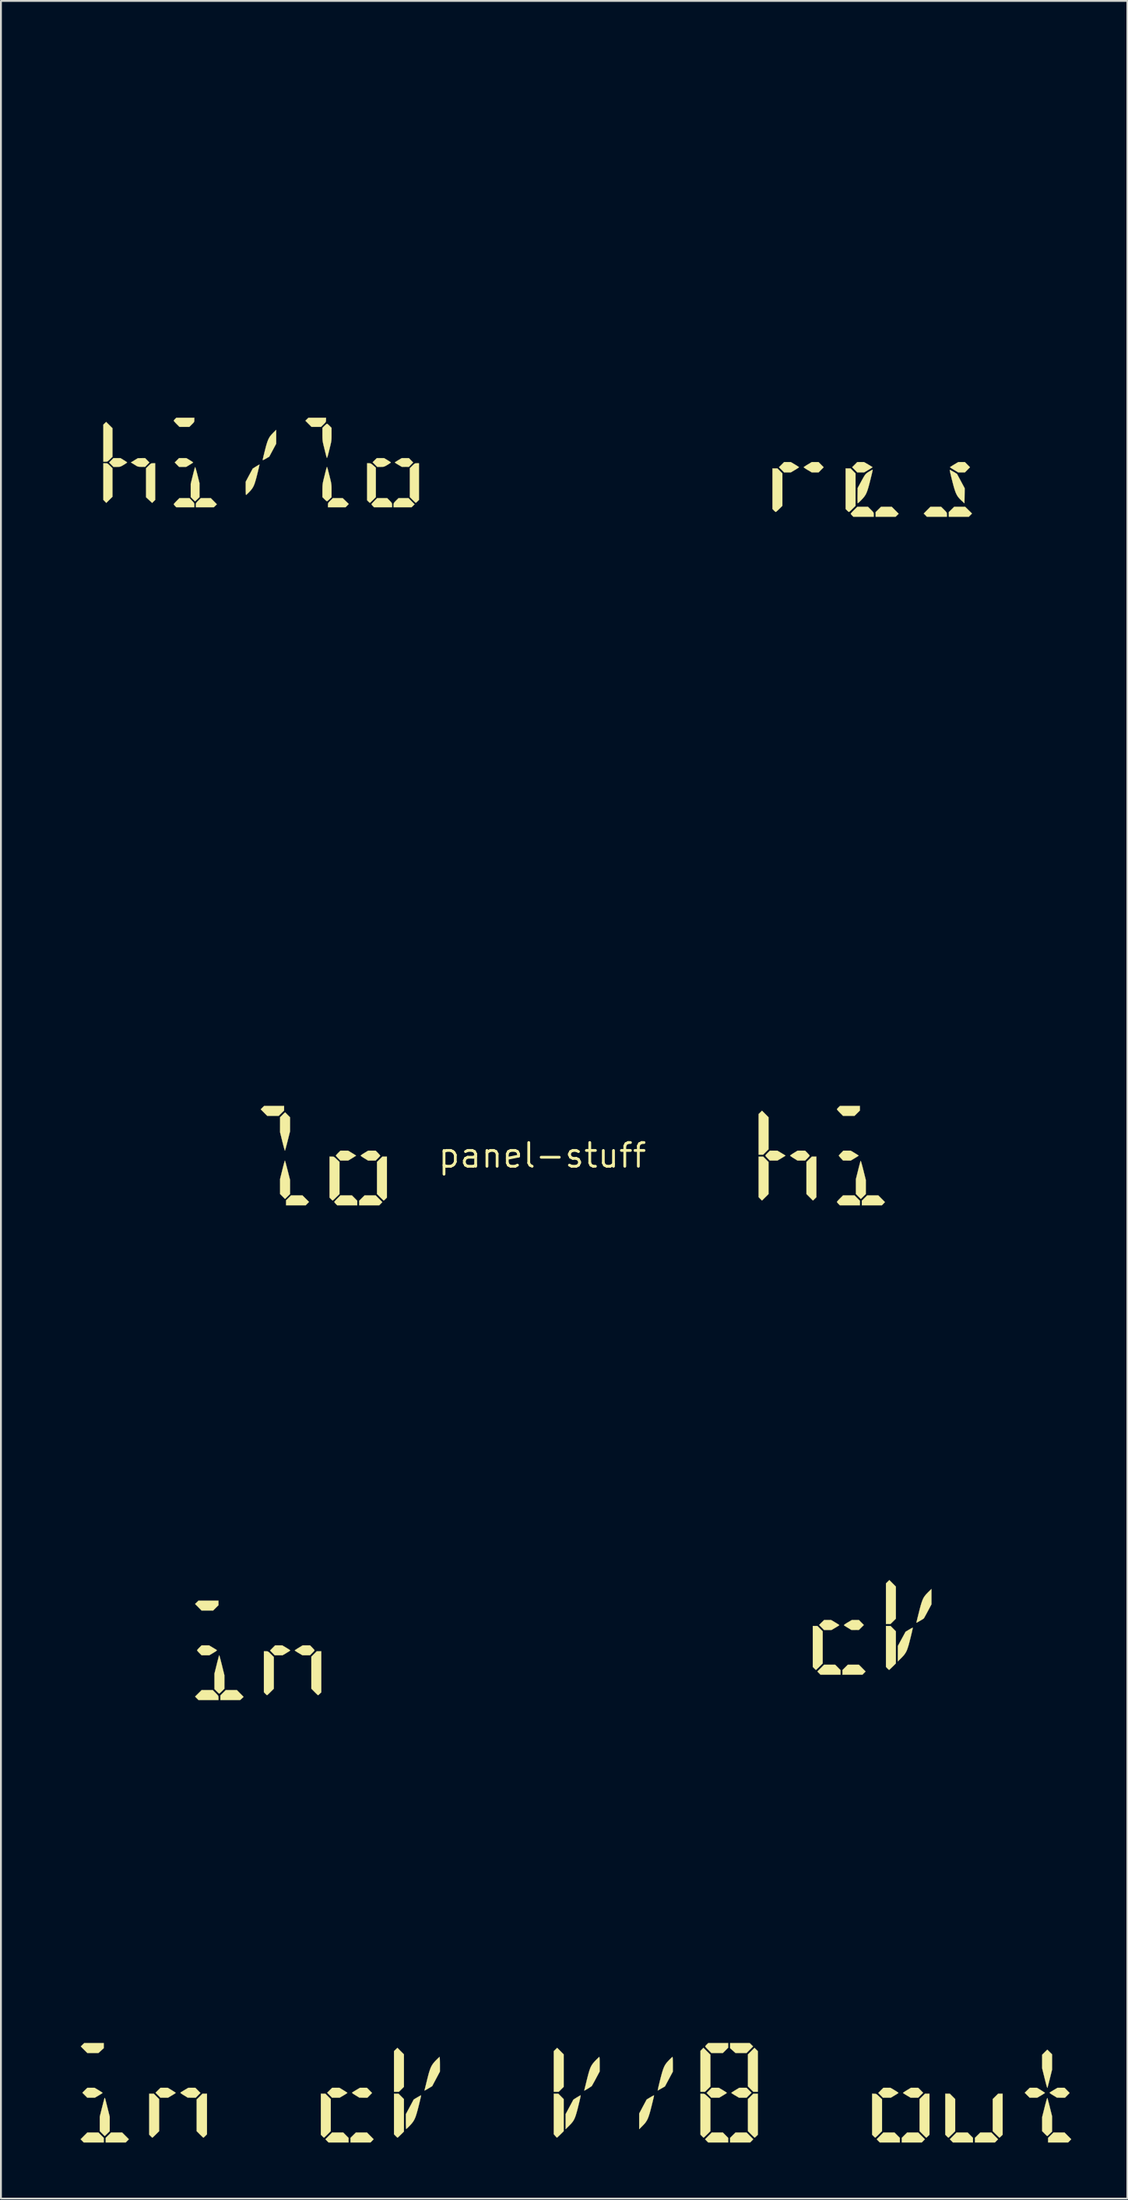
<source format=kicad_pcb>
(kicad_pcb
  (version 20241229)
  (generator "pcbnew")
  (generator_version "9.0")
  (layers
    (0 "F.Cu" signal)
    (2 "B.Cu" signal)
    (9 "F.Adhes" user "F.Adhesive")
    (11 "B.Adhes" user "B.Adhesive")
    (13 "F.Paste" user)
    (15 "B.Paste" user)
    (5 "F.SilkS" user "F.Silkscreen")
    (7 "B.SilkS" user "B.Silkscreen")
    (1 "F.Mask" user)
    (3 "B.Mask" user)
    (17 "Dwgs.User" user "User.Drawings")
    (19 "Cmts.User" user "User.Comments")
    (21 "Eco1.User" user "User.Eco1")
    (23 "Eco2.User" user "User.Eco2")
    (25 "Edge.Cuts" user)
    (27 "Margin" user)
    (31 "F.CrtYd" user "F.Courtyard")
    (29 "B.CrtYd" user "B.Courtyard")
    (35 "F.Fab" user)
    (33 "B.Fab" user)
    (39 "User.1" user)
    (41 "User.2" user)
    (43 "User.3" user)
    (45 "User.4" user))
  (footprint "panel-stuff"
    (layer "F.Cu")
    (at 25.977 58.749)
    (property "Reference" "panel-stuff" (at 0 0 0) (layer "F.SilkS") (effects (font (size 1.27 1.27) (thickness 0.15))))
    (attr through_hole)
    (fp_poly (pts (xy 22.472 35.244) (xy 26.003 35.245) (xy 26.871 35.748) (xy 27.739 36.251) (xy 27.739 46.273) (xy 26.024 47.264) (xy 19.039 47.261) (xy 18.193 46.769) (xy 17.346 46.277) (xy 17.341 41.262) (xy 17.337 36.248) (xy 18.138 35.745) (xy 18.94 35.242) (xy 22.472 35.244)) (stroke (width 0.01) (type solid)) (fill yes) (layer "F.Mask"))
    (fp_poly (pts (xy -15.564 8.272) (xy -15.502 8.296) (xy -15.403 8.336) (xy -15.268 8.391) (xy -15.098 8.462) (xy -14.895 8.547) (xy -14.659 8.647) (xy -14.392 8.761) (xy -14.094 8.889) (xy -13.766 9.029) (xy -13.41 9.182) (xy -13.026 9.348) (xy -12.616 9.525) (xy -12.18 9.713) (xy -12.088 9.753) (xy -8.63 11.252) (xy -7.861 12.807) (xy -7.733 13.065) (xy -7.59 13.355) (xy -7.433 13.671) (xy -7.267 14.006) (xy -7.094 14.356) (xy -6.917 14.713) (xy -6.739 15.072) (xy -6.564 15.427) (xy -6.393 15.771) (xy -6.231 16.099) (xy -6.126 16.31) (xy -5.161 18.259) (xy -6.888 21.749) (xy -7.067 22.11) (xy -7.241 22.461) (xy -7.409 22.8) (xy -7.57 23.126) (xy -7.723 23.435) (xy -7.868 23.726) (xy -8.003 23.998) (xy -8.128 24.249) (xy -8.241 24.476) (xy -8.341 24.678) (xy -8.428 24.853) (xy -8.501 24.999) (xy -8.559 25.114) (xy -8.6 25.196) (xy -8.625 25.243) (xy -8.631 25.255) (xy -8.651 25.247) (xy -8.704 25.22) (xy -8.786 25.175) (xy -8.894 25.115) (xy -9.024 25.043) (xy -9.174 24.959) (xy -9.338 24.866) (xy -9.514 24.766) (xy -9.697 24.662) (xy -9.886 24.555) (xy -10.075 24.446) (xy -10.261 24.34) (xy -10.44 24.236) (xy -10.61 24.138) (xy -10.767 24.047) (xy -10.906 23.966) (xy -11.024 23.896) (xy -11.119 23.84) (xy -11.185 23.799) (xy -11.22 23.776) (xy -11.224 23.773) (xy -11.219 23.752) (xy -11.196 23.695) (xy -11.157 23.602) (xy -11.099 23.473) (xy -11.025 23.308) (xy -10.932 23.106) (xy -10.822 22.867) (xy -10.694 22.591) (xy -10.547 22.279) (xy -10.383 21.928) (xy -10.201 21.541) (xy -10 21.115) (xy -9.948 21.006) (xy -8.651 18.261) (xy -8.703 18.153) (xy -8.719 18.121) (xy -8.751 18.053) (xy -8.799 17.951) (xy -8.862 17.818) (xy -8.938 17.656) (xy -9.027 17.468) (xy -9.128 17.254) (xy -9.239 17.019) (xy -9.36 16.764) (xy -9.489 16.491) (xy -9.625 16.203) (xy -9.767 15.902) (xy -9.914 15.591) (xy -10.001 15.407) (xy -11.246 12.769) (xy -13.396 12.025) (xy -13.687 11.924) (xy -13.967 11.828) (xy -14.233 11.736) (xy -14.484 11.651) (xy -14.715 11.572) (xy -14.925 11.5) (xy -15.111 11.438) (xy -15.271 11.384) (xy -15.401 11.341) (xy -15.499 11.309) (xy -15.563 11.289) (xy -15.589 11.282) (xy -15.589 11.282) (xy -15.615 11.286) (xy -15.68 11.298) (xy -15.781 11.316) (xy -15.916 11.342) (xy -16.083 11.373) (xy -16.278 11.41) (xy -16.499 11.452) (xy -16.744 11.499) (xy -17.01 11.549) (xy -17.295 11.604) (xy -17.595 11.662) (xy -17.909 11.722) (xy -18.193 11.776) (xy -20.754 12.27) (xy -22.485 15.267) (xy -24.215 18.264) (xy -23.349 21.763) (xy -23.256 22.139) (xy -23.166 22.504) (xy -23.079 22.855) (xy -22.996 23.192) (xy -22.918 23.51) (xy -22.844 23.809) (xy -22.776 24.087) (xy -22.714 24.34) (xy -22.659 24.568) (xy -22.61 24.767) (xy -22.569 24.936) (xy -22.536 25.073) (xy -22.512 25.176) (xy -22.496 25.242) (xy -22.49 25.269) (xy -22.49 25.27) (xy -22.502 25.256) (xy -22.528 25.211) (xy -22.564 25.145) (xy -22.587 25.101) (xy -22.605 25.063) (xy -22.642 24.989) (xy -22.695 24.882) (xy -22.764 24.743) (xy -22.848 24.574) (xy -22.945 24.377) (xy -23.055 24.155) (xy -23.177 23.909) (xy -23.309 23.642) (xy -23.451 23.355) (xy -23.602 23.051) (xy -23.76 22.732) (xy -23.925 22.399) (xy -24.095 22.055) (xy -24.27 21.702) (xy -24.324 21.592) (xy -25.972 18.261) (xy -24.238 14.757) (xy -22.504 11.252) (xy -19.068 9.764) (xy -18.705 9.607) (xy -18.352 9.454) (xy -18.012 9.307) (xy -17.685 9.166) (xy -17.375 9.031) (xy -17.083 8.905) (xy -16.81 8.788) (xy -16.56 8.68) (xy -16.334 8.583) (xy -16.134 8.497) (xy -15.962 8.423) (xy -15.821 8.362) (xy -15.711 8.316) (xy -15.635 8.284) (xy -15.595 8.267) (xy -15.589 8.265) (xy -15.564 8.272)) (stroke (width 0.01) (type solid)) (fill yes) (layer "F.Mask"))
    (fp_poly (pts (xy 14.765 5.766) (xy 14.823 5.79) (xy 14.917 5.829) (xy 15.043 5.883) (xy 15.2 5.95) (xy 15.386 6.03) (xy 15.599 6.122) (xy 15.838 6.224) (xy 16.099 6.337) (xy 16.382 6.459) (xy 16.683 6.589) (xy 17.002 6.727) (xy 17.337 6.871) (xy 17.684 7.021) (xy 18.043 7.177) (xy 18.224 7.255) (xy 21.682 8.752) (xy 22.598 10.604) (xy 22.752 10.917) (xy 22.919 11.253) (xy 23.094 11.609) (xy 23.276 11.975) (xy 23.459 12.346) (xy 23.642 12.715) (xy 23.82 13.075) (xy 23.99 13.419) (xy 24.149 13.74) (xy 24.294 14.033) (xy 24.332 14.108) (xy 25.149 15.76) (xy 23.422 19.252) (xy 23.243 19.613) (xy 23.069 19.964) (xy 22.901 20.303) (xy 22.74 20.628) (xy 22.587 20.937) (xy 22.442 21.229) (xy 22.307 21.501) (xy 22.182 21.751) (xy 22.069 21.978) (xy 21.969 22.18) (xy 21.882 22.355) (xy 21.809 22.501) (xy 21.751 22.616) (xy 21.71 22.698) (xy 21.686 22.745) (xy 21.679 22.757) (xy 21.659 22.749) (xy 21.605 22.722) (xy 21.52 22.676) (xy 21.408 22.614) (xy 21.271 22.538) (xy 21.112 22.448) (xy 20.935 22.348) (xy 20.742 22.237) (xy 20.536 22.119) (xy 20.384 22.031) (xy 20.17 21.908) (xy 19.967 21.79) (xy 19.777 21.68) (xy 19.605 21.58) (xy 19.451 21.49) (xy 19.321 21.414) (xy 19.216 21.352) (xy 19.139 21.307) (xy 19.095 21.28) (xy 19.084 21.272) (xy 19.09 21.251) (xy 19.114 21.193) (xy 19.155 21.1) (xy 19.212 20.973) (xy 19.284 20.815) (xy 19.37 20.626) (xy 19.471 20.408) (xy 19.584 20.164) (xy 19.71 19.893) (xy 19.848 19.599) (xy 19.997 19.282) (xy 20.156 18.945) (xy 20.324 18.588) (xy 20.359 18.513) (xy 20.511 18.192) (xy 20.657 17.882) (xy 20.798 17.585) (xy 20.931 17.302) (xy 21.056 17.036) (xy 21.172 16.789) (xy 21.278 16.563) (xy 21.373 16.361) (xy 21.456 16.185) (xy 21.526 16.036) (xy 21.582 15.917) (xy 21.622 15.83) (xy 21.646 15.777) (xy 21.654 15.761) (xy 21.645 15.741) (xy 21.619 15.685) (xy 21.578 15.597) (xy 21.522 15.478) (xy 21.453 15.331) (xy 21.372 15.159) (xy 21.281 14.964) (xy 21.18 14.75) (xy 21.071 14.518) (xy 20.954 14.271) (xy 20.833 14.012) (xy 20.706 13.744) (xy 20.576 13.469) (xy 20.445 13.19) (xy 20.312 12.909) (xy 20.18 12.629) (xy 20.05 12.353) (xy 19.922 12.083) (xy 19.799 11.822) (xy 19.681 11.572) (xy 19.569 11.337) (xy 19.466 11.118) (xy 19.371 10.918) (xy 19.287 10.741) (xy 19.215 10.588) (xy 19.155 10.462) (xy 19.109 10.366) (xy 19.078 10.302) (xy 19.064 10.274) (xy 19.063 10.272) (xy 19.041 10.263) (xy 18.981 10.24) (xy 18.888 10.207) (xy 18.764 10.163) (xy 18.613 10.11) (xy 18.437 10.048) (xy 18.241 9.98) (xy 18.026 9.906) (xy 17.797 9.827) (xy 17.556 9.744) (xy 17.307 9.658) (xy 17.052 9.571) (xy 16.796 9.483) (xy 16.54 9.396) (xy 16.289 9.31) (xy 16.046 9.227) (xy 15.813 9.148) (xy 15.594 9.074) (xy 15.392 9.005) (xy 15.21 8.944) (xy 15.051 8.891) (xy 14.919 8.847) (xy 14.816 8.814) (xy 14.747 8.792) (xy 14.713 8.782) (xy 14.711 8.782) (xy 14.684 8.786) (xy 14.618 8.798) (xy 14.515 8.817) (xy 14.379 8.843) (xy 14.211 8.875) (xy 14.015 8.912) (xy 13.793 8.955) (xy 13.547 9.002) (xy 13.28 9.053) (xy 12.995 9.107) (xy 12.694 9.165) (xy 12.38 9.226) (xy 12.107 9.278) (xy 9.557 9.77) (xy 7.826 12.767) (xy 6.096 15.764) (xy 6.953 19.232) (xy 7.046 19.607) (xy 7.136 19.971) (xy 7.223 20.321) (xy 7.306 20.657) (xy 7.385 20.975) (xy 7.459 21.273) (xy 7.527 21.55) (xy 7.59 21.803) (xy 7.646 22.03) (xy 7.696 22.229) (xy 7.738 22.398) (xy 7.772 22.534) (xy 7.797 22.636) (xy 7.814 22.701) (xy 7.821 22.727) (xy 7.821 22.728) (xy 7.82 22.752) (xy 7.815 22.754) (xy 7.804 22.735) (xy 7.775 22.681) (xy 7.729 22.592) (xy 7.668 22.47) (xy 7.591 22.319) (xy 7.501 22.138) (xy 7.397 21.931) (xy 7.281 21.699) (xy 7.154 21.444) (xy 7.017 21.168) (xy 6.87 20.873) (xy 6.714 20.56) (xy 6.552 20.232) (xy 6.382 19.89) (xy 6.207 19.537) (xy 6.069 19.257) (xy 4.338 15.761) (xy 6.073 12.256) (xy 7.807 8.752) (xy 11.264 7.255) (xy 11.628 7.098) (xy 11.981 6.945) (xy 12.322 6.797) (xy 12.649 6.656) (xy 12.959 6.522) (xy 13.252 6.396) (xy 13.524 6.279) (xy 13.774 6.171) (xy 13.999 6.074) (xy 14.199 5.988) (xy 14.371 5.915) (xy 14.512 5.854) (xy 14.622 5.808) (xy 14.698 5.776) (xy 14.738 5.76) (xy 14.744 5.758) (xy 14.765 5.766)) (stroke (width 0.01) (type solid)) (fill yes) (layer "F.Mask"))
    (fp_poly (pts (xy -15.546 -58.736) (xy -15.488 -58.712) (xy -15.395 -58.673) (xy -15.271 -58.62) (xy -15.118 -58.555) (xy -14.937 -58.478) (xy -14.733 -58.39) (xy -14.506 -58.292) (xy -14.259 -58.186) (xy -13.996 -58.073) (xy -13.717 -57.952) (xy -13.426 -57.827) (xy -13.124 -57.696) (xy -12.815 -57.563) (xy -12.5 -57.427) (xy -12.183 -57.289) (xy -11.865 -57.151) (xy -11.549 -57.014) (xy -11.236 -56.879) (xy -10.931 -56.746) (xy -10.634 -56.618) (xy -10.349 -56.494) (xy -10.078 -56.376) (xy -9.823 -56.264) (xy -9.586 -56.161) (xy -9.37 -56.067) (xy -9.177 -55.983) (xy -9.011 -55.91) (xy -8.872 -55.849) (xy -8.764 -55.801) (xy -8.688 -55.767) (xy -8.648 -55.748) (xy -8.642 -55.745) (xy -8.63 -55.724) (xy -8.6 -55.667) (xy -8.554 -55.575) (xy -8.491 -55.451) (xy -8.414 -55.297) (xy -8.322 -55.115) (xy -8.218 -54.906) (xy -8.101 -54.672) (xy -7.973 -54.415) (xy -7.835 -54.137) (xy -7.687 -53.841) (xy -7.531 -53.527) (xy -7.368 -53.198) (xy -7.198 -52.855) (xy -7.023 -52.501) (xy -6.889 -52.23) (xy -5.161 -48.739) (xy -5.99 -47.065) (xy -6.134 -46.776) (xy -6.292 -46.456) (xy -6.463 -46.111) (xy -6.642 -45.75) (xy -6.825 -45.379) (xy -7.011 -45.005) (xy -7.194 -44.634) (xy -7.371 -44.275) (xy -7.54 -43.933) (xy -7.697 -43.617) (xy -7.722 -43.566) (xy -7.85 -43.307) (xy -7.974 -43.058) (xy -8.091 -42.823) (xy -8.2 -42.604) (xy -8.3 -42.404) (xy -8.39 -42.225) (xy -8.469 -42.07) (xy -8.534 -41.942) (xy -8.585 -41.843) (xy -8.621 -41.776) (xy -8.639 -41.744) (xy -8.642 -41.741) (xy -8.652 -41.753) (xy -8.65 -41.757) (xy -8.644 -41.778) (xy -8.629 -41.839) (xy -8.604 -41.937) (xy -8.571 -42.07) (xy -8.529 -42.235) (xy -8.481 -42.43) (xy -8.425 -42.654) (xy -8.363 -42.904) (xy -8.295 -43.178) (xy -8.221 -43.474) (xy -8.143 -43.79) (xy -8.06 -44.124) (xy -7.973 -44.473) (xy -7.884 -44.836) (xy -7.791 -45.21) (xy -7.78 -45.255) (xy -6.919 -48.738) (xy -8.647 -51.732) (xy -8.837 -52.061) (xy -9.021 -52.379) (xy -9.197 -52.685) (xy -9.366 -52.978) (xy -9.526 -53.254) (xy -9.676 -53.513) (xy -9.814 -53.753) (xy -9.94 -53.971) (xy -10.052 -54.165) (xy -10.15 -54.334) (xy -10.232 -54.475) (xy -10.296 -54.587) (xy -10.343 -54.668) (xy -10.371 -54.716) (xy -10.379 -54.73) (xy -10.4 -54.734) (xy -10.46 -54.746) (xy -10.556 -54.765) (xy -10.687 -54.79) (xy -10.849 -54.821) (xy -11.04 -54.858) (xy -11.258 -54.9) (xy -11.5 -54.947) (xy -11.763 -54.998) (xy -12.046 -55.053) (xy -12.345 -55.11) (xy -12.658 -55.171) (xy -12.972 -55.231) (xy -15.562 -55.729) (xy -17.724 -54.981) (xy -19.886 -54.233) (xy -21.145 -51.569) (xy -21.296 -51.251) (xy -21.441 -50.943) (xy -21.581 -50.647) (xy -21.714 -50.365) (xy -21.84 -50.099) (xy -21.957 -49.852) (xy -22.063 -49.626) (xy -22.159 -49.423) (xy -22.243 -49.245) (xy -22.313 -49.096) (xy -22.37 -48.976) (xy -22.411 -48.888) (xy -22.436 -48.835) (xy -22.443 -48.82) (xy -22.481 -48.736) (xy -21.189 -46.002) (xy -21.037 -45.681) (xy -20.891 -45.371) (xy -20.751 -45.073) (xy -20.617 -44.79) (xy -20.492 -44.524) (xy -20.376 -44.277) (xy -20.27 -44.051) (xy -20.175 -43.849) (xy -20.093 -43.672) (xy -20.023 -43.523) (xy -19.968 -43.404) (xy -19.928 -43.316) (xy -19.904 -43.263) (xy -19.897 -43.247) (xy -19.914 -43.234) (xy -19.965 -43.201) (xy -20.046 -43.152) (xy -20.152 -43.088) (xy -20.281 -43.012) (xy -20.429 -42.925) (xy -20.592 -42.829) (xy -20.767 -42.727) (xy -20.95 -42.62) (xy -21.137 -42.511) (xy -21.326 -42.402) (xy -21.511 -42.294) (xy -21.691 -42.191) (xy -21.861 -42.093) (xy -22.017 -42.003) (xy -22.156 -41.924) (xy -22.275 -41.857) (xy -22.37 -41.804) (xy -22.438 -41.767) (xy -22.474 -41.749) (xy -22.478 -41.748) (xy -22.486 -41.755) (xy -22.504 -41.782) (xy -22.531 -41.828) (xy -22.567 -41.895) (xy -22.615 -41.984) (xy -22.674 -42.097) (xy -22.744 -42.235) (xy -22.827 -42.398) (xy -22.923 -42.588) (xy -23.033 -42.807) (xy -23.157 -43.055) (xy -23.296 -43.334) (xy -23.451 -43.645) (xy -23.622 -43.989) (xy -23.809 -44.367) (xy -24.014 -44.781) (xy -24.237 -45.231) (xy -24.242 -45.24) (xy -25.972 -48.74) (xy -24.246 -52.231) (xy -24.067 -52.592) (xy -23.893 -52.943) (xy -23.724 -53.283) (xy -23.563 -53.608) (xy -23.409 -53.918) (xy -23.264 -54.21) (xy -23.128 -54.482) (xy -23.003 -54.733) (xy -22.89 -54.961) (xy -22.788 -55.164) (xy -22.7 -55.339) (xy -22.627 -55.486) (xy -22.568 -55.601) (xy -22.526 -55.684) (xy -22.501 -55.732) (xy -22.494 -55.744) (xy -22.472 -55.755) (xy -22.414 -55.781) (xy -22.322 -55.822) (xy -22.198 -55.877) (xy -22.045 -55.944) (xy -21.865 -56.023) (xy -21.66 -56.112) (xy -21.434 -56.211) (xy -21.187 -56.319) (xy -20.924 -56.433) (xy -20.645 -56.555) (xy -20.354 -56.681) (xy -20.052 -56.812) (xy -19.743 -56.946) (xy -19.429 -57.082) (xy -19.111 -57.22) (xy -18.793 -57.358) (xy -18.477 -57.495) (xy -18.165 -57.63) (xy -17.859 -57.762) (xy -17.562 -57.89) (xy -17.277 -58.013) (xy -17.006 -58.13) (xy -16.75 -58.24) (xy -16.513 -58.342) (xy -16.297 -58.435) (xy -16.105 -58.518) (xy -15.938 -58.589) (xy -15.799 -58.648) (xy -15.69 -58.694) (xy -15.615 -58.726) (xy -15.574 -58.742) (xy -15.568 -58.744) (xy -15.546 -58.736)) (stroke (width 0.01) (type solid)) (fill yes) (layer "F.Mask"))
    (fp_poly (pts (xy 17.367 -58.736) (xy 17.426 -58.712) (xy 17.518 -58.673) (xy 17.643 -58.62) (xy 17.796 -58.554) (xy 17.977 -58.477) (xy 18.181 -58.389) (xy 18.408 -58.291) (xy 18.655 -58.185) (xy 18.919 -58.071) (xy 19.198 -57.951) (xy 19.489 -57.825) (xy 19.791 -57.695) (xy 20.1 -57.561) (xy 20.415 -57.425) (xy 20.732 -57.288) (xy 21.05 -57.15) (xy 21.367 -57.013) (xy 21.679 -56.877) (xy 21.984 -56.745) (xy 22.281 -56.616) (xy 22.566 -56.492) (xy 22.837 -56.374) (xy 23.092 -56.263) (xy 23.329 -56.16) (xy 23.544 -56.065) (xy 23.737 -55.981) (xy 23.903 -55.908) (xy 24.042 -55.847) (xy 24.15 -55.799) (xy 24.225 -55.766) (xy 24.265 -55.747) (xy 24.271 -55.744) (xy 24.282 -55.723) (xy 24.312 -55.666) (xy 24.358 -55.575) (xy 24.421 -55.451) (xy 24.498 -55.297) (xy 24.589 -55.115) (xy 24.694 -54.905) (xy 24.81 -54.672) (xy 24.938 -54.415) (xy 25.076 -54.137) (xy 25.224 -53.841) (xy 25.379 -53.527) (xy 25.543 -53.198) (xy 25.712 -52.855) (xy 25.888 -52.501) (xy 26.021 -52.231) (xy 27.748 -48.741) (xy 26.024 -45.258) (xy 25.845 -44.897) (xy 25.671 -44.546) (xy 25.503 -44.207) (xy 25.342 -43.882) (xy 25.188 -43.573) (xy 25.043 -43.282) (xy 24.908 -43.01) (xy 24.783 -42.759) (xy 24.669 -42.532) (xy 24.568 -42.33) (xy 24.481 -42.155) (xy 24.407 -42.009) (xy 24.349 -41.894) (xy 24.307 -41.812) (xy 24.283 -41.764) (xy 24.276 -41.752) (xy 24.26 -41.745) (xy 24.265 -41.772) (xy 24.273 -41.804) (xy 24.291 -41.874) (xy 24.318 -41.98) (xy 24.352 -42.118) (xy 24.394 -42.286) (xy 24.443 -42.482) (xy 24.498 -42.702) (xy 24.558 -42.945) (xy 24.623 -43.208) (xy 24.692 -43.488) (xy 24.765 -43.782) (xy 24.841 -44.088) (xy 24.919 -44.404) (xy 24.999 -44.726) (xy 25.079 -45.052) (xy 25.16 -45.38) (xy 25.241 -45.707) (xy 25.32 -46.03) (xy 25.398 -46.347) (xy 25.474 -46.655) (xy 25.547 -46.951) (xy 25.617 -47.233) (xy 25.682 -47.499) (xy 25.742 -47.745) (xy 25.797 -47.97) (xy 25.846 -48.17) (xy 25.889 -48.342) (xy 25.923 -48.486) (xy 25.95 -48.596) (xy 25.968 -48.672) (xy 25.977 -48.711) (xy 25.978 -48.715) (xy 25.968 -48.738) (xy 25.938 -48.795) (xy 25.889 -48.885) (xy 25.821 -49.006) (xy 25.738 -49.156) (xy 25.638 -49.332) (xy 25.524 -49.534) (xy 25.396 -49.758) (xy 25.257 -50.003) (xy 25.106 -50.268) (xy 24.944 -50.549) (xy 24.774 -50.845) (xy 24.596 -51.155) (xy 24.412 -51.476) (xy 24.258 -51.742) (xy 24.069 -52.07) (xy 23.885 -52.388) (xy 23.709 -52.693) (xy 23.54 -52.985) (xy 23.381 -53.261) (xy 23.232 -53.52) (xy 23.094 -53.758) (xy 22.969 -53.976) (xy 22.857 -54.169) (xy 22.76 -54.337) (xy 22.679 -54.478) (xy 22.614 -54.589) (xy 22.568 -54.67) (xy 22.541 -54.717) (xy 22.534 -54.729) (xy 22.513 -54.733) (xy 22.453 -54.745) (xy 22.357 -54.764) (xy 22.227 -54.789) (xy 22.065 -54.821) (xy 21.874 -54.858) (xy 21.656 -54.9) (xy 21.414 -54.947) (xy 21.151 -54.997) (xy 20.868 -55.052) (xy 20.569 -55.109) (xy 20.256 -55.17) (xy 19.939 -55.231) (xy 17.345 -55.73) (xy 15.192 -54.984) (xy 14.902 -54.883) (xy 14.623 -54.786) (xy 14.358 -54.694) (xy 14.109 -54.607) (xy 13.879 -54.526) (xy 13.67 -54.453) (xy 13.486 -54.387) (xy 13.329 -54.331) (xy 13.201 -54.286) (xy 13.106 -54.251) (xy 13.045 -54.228) (xy 13.021 -54.218) (xy 13.021 -54.218) (xy 13.01 -54.196) (xy 12.982 -54.139) (xy 12.937 -54.048) (xy 12.878 -53.925) (xy 12.806 -53.772) (xy 12.72 -53.592) (xy 12.622 -53.386) (xy 12.514 -53.158) (xy 12.395 -52.909) (xy 12.268 -52.64) (xy 12.133 -52.356) (xy 11.992 -52.056) (xy 11.845 -51.745) (xy 11.716 -51.472) (xy 10.43 -48.747) (xy 10.483 -48.625) (xy 10.499 -48.592) (xy 10.531 -48.522) (xy 10.579 -48.419) (xy 10.643 -48.284) (xy 10.719 -48.121) (xy 10.809 -47.931) (xy 10.91 -47.717) (xy 11.021 -47.48) (xy 11.142 -47.224) (xy 11.271 -46.951) (xy 11.407 -46.662) (xy 11.55 -46.361) (xy 11.697 -46.05) (xy 11.777 -45.879) (xy 11.926 -45.566) (xy 12.069 -45.262) (xy 12.206 -44.971) (xy 12.336 -44.696) (xy 12.457 -44.437) (xy 12.569 -44.198) (xy 12.671 -43.98) (xy 12.762 -43.785) (xy 12.84 -43.617) (xy 12.905 -43.477) (xy 12.956 -43.367) (xy 12.991 -43.29) (xy 13.01 -43.247) (xy 13.012 -43.239) (xy 12.994 -43.226) (xy 12.942 -43.195) (xy 12.86 -43.146) (xy 12.753 -43.082) (xy 12.623 -43.006) (xy 12.475 -42.919) (xy 12.311 -42.823) (xy 12.136 -42.721) (xy 11.953 -42.615) (xy 11.765 -42.506) (xy 11.577 -42.397) (xy 11.391 -42.29) (xy 11.212 -42.187) (xy 11.043 -42.09) (xy 10.887 -42.001) (xy 10.748 -41.921) (xy 10.631 -41.855) (xy 10.537 -41.802) (xy 10.472 -41.766) (xy 10.438 -41.748) (xy 10.434 -41.747) (xy 10.425 -41.755) (xy 10.408 -41.781) (xy 10.381 -41.828) (xy 10.343 -41.895) (xy 10.295 -41.986) (xy 10.236 -42.1) (xy 10.164 -42.24) (xy 10.08 -42.406) (xy 9.982 -42.599) (xy 9.87 -42.822) (xy 9.744 -43.075) (xy 9.602 -43.359) (xy 9.444 -43.677) (xy 9.269 -44.028) (xy 9.078 -44.415) (xy 8.868 -44.839) (xy 8.859 -44.856) (xy 8.687 -45.204) (xy 8.518 -45.546) (xy 8.353 -45.879) (xy 8.194 -46.201) (xy 8.041 -46.51) (xy 7.896 -46.804) (xy 7.759 -47.08) (xy 7.633 -47.336) (xy 7.517 -47.569) (xy 7.414 -47.778) (xy 7.324 -47.959) (xy 7.248 -48.111) (xy 7.189 -48.232) (xy 7.146 -48.318) (xy 7.127 -48.357) (xy 6.936 -48.739) (xy 10.403 -55.748) (xy 13.863 -57.246) (xy 14.227 -57.404) (xy 14.58 -57.557) (xy 14.922 -57.704) (xy 15.248 -57.845) (xy 15.559 -57.98) (xy 15.851 -58.106) (xy 16.124 -58.223) (xy 16.374 -58.33) (xy 16.6 -58.428) (xy 16.8 -58.513) (xy 16.971 -58.587) (xy 17.113 -58.647) (xy 17.223 -58.694) (xy 17.299 -58.726) (xy 17.339 -58.742) (xy 17.345 -58.744) (xy 17.367 -58.736)) (stroke (width 0.01) (type solid)) (fill yes) (layer "F.Mask"))
    (fp_poly (pts (xy 6.957 -24.499) (xy 7.404 -24.306) (xy 7.841 -24.117) (xy 8.266 -23.932) (xy 8.678 -23.754) (xy 9.074 -23.581) (xy 9.454 -23.416) (xy 9.816 -23.259) (xy 10.159 -23.11) (xy 10.48 -22.97) (xy 10.778 -22.841) (xy 11.051 -22.721) (xy 11.299 -22.613) (xy 11.518 -22.517) (xy 11.709 -22.434) (xy 11.868 -22.363) (xy 11.995 -22.307) (xy 12.088 -22.266) (xy 12.146 -22.24) (xy 12.166 -22.23) (xy 12.166 -22.23) (xy 12.175 -22.21) (xy 12.203 -22.153) (xy 12.248 -22.062) (xy 12.31 -21.937) (xy 12.387 -21.781) (xy 12.479 -21.594) (xy 12.586 -21.378) (xy 12.706 -21.136) (xy 12.838 -20.867) (xy 12.983 -20.575) (xy 13.139 -20.26) (xy 13.305 -19.924) (xy 13.481 -19.568) (xy 13.666 -19.194) (xy 13.859 -18.804) (xy 14.059 -18.399) (xy 14.266 -17.981) (xy 14.479 -17.551) (xy 14.697 -17.11) (xy 14.762 -16.979) (xy 17.353 -11.745) (xy 17.051 -11.127) (xy 16.994 -11.011) (xy 16.922 -10.864) (xy 16.835 -10.689) (xy 16.735 -10.486) (xy 16.623 -10.259) (xy 16.5 -10.009) (xy 16.365 -9.737) (xy 16.222 -9.447) (xy 16.07 -9.139) (xy 15.91 -8.815) (xy 15.743 -8.478) (xy 15.57 -8.13) (xy 15.393 -7.772) (xy 15.212 -7.406) (xy 15.028 -7.034) (xy 14.842 -6.659) (xy 14.655 -6.281) (xy 14.468 -5.903) (xy 14.281 -5.527) (xy 14.097 -5.155) (xy 13.915 -4.788) (xy 13.737 -4.429) (xy 13.564 -4.079) (xy 13.396 -3.741) (xy 13.235 -3.416) (xy 13.081 -3.106) (xy 12.936 -2.813) (xy 12.8 -2.539) (xy 12.674 -2.287) (xy 12.56 -2.056) (xy 12.457 -1.851) (xy 12.368 -1.672) (xy 12.293 -1.522) (xy 12.234 -1.402) (xy 12.19 -1.315) (xy 12.163 -1.262) (xy 12.154 -1.245) (xy 12.135 -1.254) (xy 12.082 -1.282) (xy 11.998 -1.329) (xy 11.887 -1.391) (xy 11.75 -1.468) (xy 11.591 -1.558) (xy 11.413 -1.658) (xy 11.218 -1.769) (xy 11.011 -1.887) (xy 10.792 -2.011) (xy 10.566 -2.14) (xy 10.336 -2.271) (xy 10.104 -2.404) (xy 9.872 -2.536) (xy 9.645 -2.666) (xy 9.425 -2.792) (xy 9.215 -2.913) (xy 9.018 -3.027) (xy 8.836 -3.131) (xy 8.673 -3.226) (xy 8.531 -3.308) (xy 8.414 -3.376) (xy 8.325 -3.429) (xy 8.265 -3.465) (xy 8.239 -3.481) (xy 8.248 -3.501) (xy 8.273 -3.556) (xy 8.315 -3.647) (xy 8.373 -3.77) (xy 8.446 -3.925) (xy 8.532 -4.11) (xy 8.632 -4.322) (xy 8.744 -4.56) (xy 8.867 -4.823) (xy 9.002 -5.108) (xy 9.146 -5.413) (xy 9.299 -5.738) (xy 9.46 -6.081) (xy 9.629 -6.438) (xy 9.804 -6.81) (xy 9.986 -7.194) (xy 10.172 -7.587) (xy 10.182 -7.61) (xy 10.372 -8.013) (xy 10.557 -8.405) (xy 10.735 -8.783) (xy 10.907 -9.147) (xy 11.07 -9.495) (xy 11.224 -9.824) (xy 11.369 -10.134) (xy 11.503 -10.422) (xy 11.627 -10.686) (xy 11.738 -10.926) (xy 11.837 -11.139) (xy 11.922 -11.324) (xy 11.993 -11.479) (xy 12.049 -11.602) (xy 12.089 -11.692) (xy 12.112 -11.747) (xy 12.118 -11.765) (xy 12.109 -11.786) (xy 12.082 -11.843) (xy 12.039 -11.934) (xy 11.981 -12.057) (xy 11.909 -12.209) (xy 11.825 -12.389) (xy 11.728 -12.595) (xy 11.62 -12.823) (xy 11.502 -13.073) (xy 11.376 -13.342) (xy 11.241 -13.628) (xy 11.099 -13.928) (xy 10.952 -14.241) (xy 10.799 -14.564) (xy 10.643 -14.896) (xy 10.483 -15.233) (xy 10.322 -15.575) (xy 10.16 -15.919) (xy 9.998 -16.262) (xy 9.837 -16.603) (xy 9.679 -16.939) (xy 9.523 -17.268) (xy 9.372 -17.589) (xy 9.226 -17.899) (xy 9.086 -18.195) (xy 8.953 -18.476) (xy 8.829 -18.74) (xy 8.713 -18.984) (xy 8.608 -19.206) (xy 8.515 -19.405) (xy 8.433 -19.577) (xy 8.365 -19.722) (xy 8.311 -19.836) (xy 8.272 -19.917) (xy 8.25 -19.964) (xy 8.244 -19.976) (xy 8.224 -19.983) (xy 8.167 -20.004) (xy 8.073 -20.036) (xy 7.945 -20.081) (xy 7.787 -20.136) (xy 7.598 -20.202) (xy 7.382 -20.277) (xy 7.141 -20.361) (xy 6.877 -20.453) (xy 6.592 -20.552) (xy 6.288 -20.657) (xy 5.966 -20.769) (xy 5.631 -20.885) (xy 5.282 -21.006) (xy 4.997 -21.105) (xy 1.753 -22.229) (xy -2.13 -21.481) (xy -2.529 -21.404) (xy -2.917 -21.33) (xy -3.291 -21.257) (xy -3.65 -21.188) (xy -3.992 -21.122) (xy -4.315 -21.059) (xy -4.616 -21.001) (xy -4.894 -20.947) (xy -5.147 -20.898) (xy -5.372 -20.854) (xy -5.567 -20.815) (xy -5.731 -20.783) (xy -5.861 -20.757) (xy -5.955 -20.738) (xy -6.012 -20.727) (xy -6.029 -20.723) (xy -6.041 -20.703) (xy -6.073 -20.649) (xy -6.124 -20.563) (xy -6.193 -20.445) (xy -6.279 -20.298) (xy -6.38 -20.124) (xy -6.495 -19.925) (xy -6.624 -19.703) (xy -6.765 -19.459) (xy -6.918 -19.196) (xy -7.08 -18.916) (xy -7.251 -18.62) (xy -7.43 -18.31) (xy -7.616 -17.988) (xy -7.808 -17.657) (xy -8.003 -17.318) (xy -8.203 -16.972) (xy -8.405 -16.623) (xy -8.607 -16.271) (xy -8.81 -15.92) (xy -9.012 -15.57) (xy -9.212 -15.223) (xy -9.409 -14.882) (xy -9.601 -14.548) (xy -9.788 -14.224) (xy -9.968 -13.911) (xy -10.141 -13.611) (xy -10.304 -13.327) (xy -10.458 -13.059) (xy -10.601 -12.81) (xy -10.732 -12.582) (xy -10.85 -12.377) (xy -10.954 -12.196) (xy -11.042 -12.042) (xy -11.113 -11.917) (xy -11.167 -11.822) (xy -11.202 -11.759) (xy -11.218 -11.731) (xy -11.218 -11.729) (xy -11.213 -11.707) (xy -11.199 -11.646) (xy -11.174 -11.547) (xy -11.141 -11.412) (xy -11.1 -11.244) (xy -11.051 -11.042) (xy -10.993 -10.81) (xy -10.929 -10.549) (xy -10.858 -10.261) (xy -10.781 -9.947) (xy -10.698 -9.61) (xy -10.609 -9.25) (xy -10.515 -8.87) (xy -10.417 -8.472) (xy -10.314 -8.057) (xy -10.208 -7.626) (xy -10.098 -7.183) (xy -9.985 -6.727) (xy -9.926 -6.488) (xy -9.812 -6.027) (xy -9.701 -5.578) (xy -9.593 -5.14) (xy -9.489 -4.717) (xy -9.388 -4.31) (xy -9.292 -3.92) (xy -9.201 -3.55) (xy -9.115 -3.201) (xy -9.035 -2.874) (xy -8.961 -2.573) (xy -8.894 -2.297) (xy -8.833 -2.05) (xy -8.78 -1.833) (xy -8.735 -1.647) (xy -8.698 -1.494) (xy -8.67 -1.376) (xy -8.651 -1.295) (xy -8.641 -1.253) (xy -8.64 -1.247) (xy -8.65 -1.264) (xy -8.678 -1.317) (xy -8.723 -1.406) (xy -8.784 -1.527) (xy -8.862 -1.681) (xy -8.954 -1.865) (xy -9.06 -2.078) (xy -9.18 -2.318) (xy -9.313 -2.584) (xy -9.457 -2.875) (xy -9.613 -3.187) (xy -9.779 -3.522) (xy -9.955 -3.875) (xy -10.139 -4.248) (xy -10.332 -4.636) (xy -10.532 -5.04) (xy -10.739 -5.457) (xy -10.952 -5.887) (xy -11.17 -6.327) (xy -11.239 -6.468) (xy -11.459 -6.911) (xy -11.674 -7.345) (xy -11.882 -7.767) (xy -12.085 -8.177) (xy -12.28 -8.572) (xy -12.468 -8.951) (xy -12.646 -9.313) (xy -12.816 -9.656) (xy -12.975 -9.978) (xy -13.123 -10.278) (xy -13.259 -10.554) (xy -13.383 -10.806) (xy -13.493 -11.03) (xy -13.59 -11.226) (xy -13.672 -11.393) (xy -13.738 -11.528) (xy -13.788 -11.63) (xy -13.821 -11.698) (xy -13.836 -11.73) (xy -13.837 -11.733) (xy -13.828 -11.754) (xy -13.801 -11.811) (xy -13.757 -11.903) (xy -13.696 -12.028) (xy -13.62 -12.186) (xy -13.528 -12.373) (xy -13.422 -12.589) (xy -13.303 -12.833) (xy -13.171 -13.102) (xy -13.026 -13.395) (xy -12.871 -13.71) (xy -12.705 -14.047) (xy -12.53 -14.403) (xy -12.345 -14.777) (xy -12.152 -15.168) (xy -11.952 -15.573) (xy -11.745 -15.992) (xy -11.532 -16.422) (xy -11.314 -16.863) (xy -11.244 -17.004) (xy -8.647 -22.249) (xy -3.446 -24.501) (xy 1.754 -26.753) (xy 6.957 -24.499)) (stroke (width 0.01) (type solid)) (fill yes) (layer "F.Mask"))
    (fp_poly (pts (xy -23.474 52.547) (xy -23.474 52.79) (xy -24.545 52.79) (xy -24.711 52.62) (xy -24.532 52.44) (xy -24.353 52.261) (xy -23.758 52.261) (xy -23.474 52.547)) (stroke (width 0.01) (type solid)) (fill yes) (layer "F.SilkS"))
    (fp_poly (pts (xy -16.171 28.777) (xy -15.991 28.958) (xy -16.17 29.125) (xy -17.23 29.125) (xy -17.23 28.881) (xy -16.943 28.596) (xy -16.35 28.596) (xy -16.171 28.777)) (stroke (width 0.01) (type solid)) (fill yes) (layer "F.SilkS"))
    (fp_poly (pts (xy 14.668 2.235) (xy 14.487 2.413) (xy 14.313 2.238) (xy 14.139 2.063) (xy 14.139 0.348) (xy 14.426 0.064) (xy 14.668 0.064) (xy 14.668 2.235)) (stroke (width 0.01) (type solid)) (fill yes) (layer "F.SilkS"))
    (fp_poly (pts (xy 15.96 27.528) (xy 15.96 27.771) (xy 14.889 27.771) (xy 14.723 27.601) (xy 14.902 27.421) (xy 15.08 27.241) (xy 15.675 27.241) (xy 15.96 27.528)) (stroke (width 0.01) (type solid)) (fill yes) (layer "F.SilkS"))
    (fp_poly (pts (xy 19.135 52.547) (xy 19.135 52.79) (xy 18.064 52.79) (xy 17.898 52.62) (xy 18.077 52.44) (xy 18.255 52.261) (xy 18.85 52.261) (xy 19.135 52.547)) (stroke (width 0.01) (type solid)) (fill yes) (layer "F.SilkS"))
    (fp_poly (pts (xy 24.214 52.44) (xy 24.393 52.62) (xy 24.227 52.79) (xy 23.156 52.79) (xy 23.156 52.545) (xy 23.443 52.261) (xy 24.036 52.261) (xy 24.214 52.44)) (stroke (width 0.01) (type solid)) (fill yes) (layer "F.SilkS"))
    (fp_poly (pts (xy -23.474 47.749) (xy -23.759 48.006) (xy -24.353 48.006) (xy -24.528 47.831) (xy -24.702 47.655) (xy -24.611 47.566) (xy -24.52 47.477) (xy -23.474 47.477) (xy -23.474 47.749)) (stroke (width 0.01) (type solid)) (fill yes) (layer "F.SilkS"))
    (fp_poly (pts (xy -22.31 52.44) (xy -22.131 52.62) (xy -22.214 52.705) (xy -22.297 52.79) (xy -23.368 52.79) (xy -23.368 52.545) (xy -23.081 52.261) (xy -22.489 52.261) (xy -22.31 52.44)) (stroke (width 0.01) (type solid)) (fill yes) (layer "F.SilkS"))
    (fp_poly (pts (xy -17.335 24.057) (xy -17.479 24.199) (xy -17.622 24.342) (xy -18.236 24.342) (xy -18.41 24.166) (xy -18.585 23.991) (xy -18.403 23.812) (xy -17.335 23.812) (xy -17.335 24.057)) (stroke (width 0.01) (type solid)) (fill yes) (layer "F.SilkS"))
    (fp_poly (pts (xy -13.822 -2.401) (xy -14.109 -2.117) (xy -14.722 -2.117) (xy -14.897 -2.292) (xy -15.071 -2.467) (xy -14.98 -2.557) (xy -14.889 -2.646) (xy -13.822 -2.646) (xy -13.822 -2.401)) (stroke (width 0.01) (type solid)) (fill yes) (layer "F.SilkS"))
    (fp_poly (pts (xy -8.742 2.317) (xy -8.563 2.497) (xy -8.729 2.667) (xy -9.8 2.667) (xy -9.8 2.422) (xy -9.657 2.28) (xy -9.513 2.138) (xy -8.921 2.138) (xy -8.742 2.317)) (stroke (width 0.01) (type solid)) (fill yes) (layer "F.SilkS"))
    (fp_poly (pts (xy -7.582 47.906) (xy -7.408 48.081) (xy -7.408 49.817) (xy -7.674 50.08) (xy -7.938 50.08) (xy -7.938 47.909) (xy -7.847 47.82) (xy -7.756 47.731) (xy -7.582 47.906)) (stroke (width 0.01) (type solid)) (fill yes) (layer "F.SilkS"))
    (fp_poly (pts (xy 1.143 48.081) (xy 1.143 49.817) (xy 1.01 49.949) (xy 0.877 50.08) (xy 0.614 50.08) (xy 0.614 47.909) (xy 0.704 47.82) (xy 0.795 47.731) (xy 1.143 48.081)) (stroke (width 0.01) (type solid)) (fill yes) (layer "F.SilkS"))
    (fp_poly (pts (xy 11.191 47.566) (xy 11.282 47.655) (xy 11.108 47.831) (xy 10.934 48.006) (xy 10.339 48.006) (xy 10.054 47.749) (xy 10.054 47.477) (xy 11.1 47.477) (xy 11.191 47.566)) (stroke (width 0.01) (type solid)) (fill yes) (layer "F.SilkS"))
    (fp_poly (pts (xy 11.445 47.82) (xy 11.536 47.909) (xy 11.536 50.08) (xy 11.291 50.08) (xy 11.149 49.937) (xy 11.007 49.794) (xy 11.007 48.081) (xy 11.355 47.731) (xy 11.445 47.82)) (stroke (width 0.01) (type solid)) (fill yes) (layer "F.SilkS"))
    (fp_poly (pts (xy 17.124 27.421) (xy 17.302 27.601) (xy 17.219 27.686) (xy 17.136 27.771) (xy 16.066 27.771) (xy 16.066 27.526) (xy 16.352 27.241) (xy 16.945 27.241) (xy 17.124 27.421)) (stroke (width 0.01) (type solid)) (fill yes) (layer "F.SilkS"))
    (fp_poly (pts (xy 18.923 23.062) (xy 18.923 24.777) (xy 18.78 24.919) (xy 18.636 25.061) (xy 18.394 25.061) (xy 18.394 22.89) (xy 18.484 22.801) (xy 18.575 22.712) (xy 18.923 23.062)) (stroke (width 0.01) (type solid)) (fill yes) (layer "F.SilkS"))
    (fp_poly (pts (xy 20.299 52.44) (xy 20.477 52.62) (xy 20.394 52.705) (xy 20.311 52.79) (xy 19.241 52.79) (xy 19.241 52.545) (xy 19.527 52.261) (xy 20.12 52.261) (xy 20.299 52.44)) (stroke (width 0.01) (type solid)) (fill yes) (layer "F.SilkS"))
    (fp_poly (pts (xy -12.664 2.312) (xy -12.489 2.486) (xy -12.578 2.576) (xy -12.666 2.667) (xy -13.716 2.667) (xy -13.716 2.401) (xy -13.583 2.27) (xy -13.45 2.138) (xy -12.838 2.138) (xy -12.664 2.312)) (stroke (width 0.01) (type solid)) (fill yes) (layer "F.SilkS"))
    (fp_poly (pts (xy -10.514 52.404) (xy -10.372 52.547) (xy -10.372 52.79) (xy -11.443 52.79) (xy -11.526 52.705) (xy -11.608 52.62) (xy -11.43 52.44) (xy -11.251 52.261) (xy -10.656 52.261) (xy -10.514 52.404)) (stroke (width 0.01) (type solid)) (fill yes) (layer "F.SilkS"))
    (fp_poly (pts (xy -9.208 52.44) (xy -9.029 52.62) (xy -9.112 52.705) (xy -9.195 52.79) (xy -10.266 52.79) (xy -10.266 52.545) (xy -10.122 52.403) (xy -9.979 52.261) (xy -9.386 52.261) (xy -9.208 52.44)) (stroke (width 0.01) (type solid)) (fill yes) (layer "F.SilkS"))
    (fp_poly (pts (xy 8.81 47.915) (xy 8.996 48.1) (xy 8.996 49.796) (xy 8.852 49.938) (xy 8.709 50.08) (xy 8.467 50.08) (xy 8.467 47.891) (xy 8.545 47.811) (xy 8.624 47.73) (xy 8.81 47.915)) (stroke (width 0.01) (type solid)) (fill yes) (layer "F.SilkS"))
    (fp_poly (pts (xy 9.806 52.404) (xy 9.948 52.547) (xy 9.948 52.79) (xy 8.877 52.79) (xy 8.794 52.705) (xy 8.712 52.62) (xy 8.89 52.44) (xy 9.069 52.261) (xy 9.664 52.261) (xy 9.806 52.404)) (stroke (width 0.01) (type solid)) (fill yes) (layer "F.SilkS"))
    (fp_poly (pts (xy 11.112 52.44) (xy 11.291 52.62) (xy 11.208 52.705) (xy 11.125 52.79) (xy 10.054 52.79) (xy 10.054 52.545) (xy 10.198 52.403) (xy 10.341 52.261) (xy 10.934 52.261) (xy 11.112 52.44)) (stroke (width 0.01) (type solid)) (fill yes) (layer "F.SilkS"))
    (fp_poly (pts (xy 11.933 -2.217) (xy 12.107 -2.042) (xy 12.107 -0.327) (xy 11.964 -0.185) (xy 11.821 -0.042) (xy 11.578 -0.042) (xy 11.578 -2.214) (xy 11.669 -2.303) (xy 11.759 -2.392) (xy 11.933 -2.217)) (stroke (width 0.01) (type solid)) (fill yes) (layer "F.SilkS"))
    (fp_poly (pts (xy 11.965 0.207) (xy 12.107 0.35) (xy 12.107 2.065) (xy 11.932 2.239) (xy 11.757 2.413) (xy 11.667 2.322) (xy 11.578 2.231) (xy 11.578 0.064) (xy 11.823 0.064) (xy 11.965 0.207)) (stroke (width 0.01) (type solid)) (fill yes) (layer "F.SilkS"))
    (fp_poly (pts (xy 18.161 2.317) (xy 18.339 2.497) (xy 18.257 2.582) (xy 18.174 2.667) (xy 17.103 2.667) (xy 17.103 2.422) (xy 17.246 2.28) (xy 17.389 2.138) (xy 17.982 2.138) (xy 18.161 2.317)) (stroke (width 0.01) (type solid)) (fill yes) (layer "F.SilkS"))
    (fp_poly (pts (xy 18.887 -34.506) (xy 19.072 -34.32) (xy 18.991 -34.242) (xy 18.911 -34.163) (xy 17.843 -34.163) (xy 17.843 -34.408) (xy 17.987 -34.55) (xy 18.13 -34.692) (xy 18.702 -34.692) (xy 18.887 -34.506)) (stroke (width 0.01) (type solid)) (fill yes) (layer "F.SilkS"))
    (fp_poly (pts (xy 22.815 -34.513) (xy 22.997 -34.334) (xy 22.914 -34.249) (xy 22.83 -34.163) (xy 21.759 -34.163) (xy 21.759 -34.408) (xy 21.903 -34.55) (xy 22.046 -34.692) (xy 22.633 -34.692) (xy 22.815 -34.513)) (stroke (width 0.01) (type solid)) (fill yes) (layer "F.SilkS"))
    (fp_poly (pts (xy 22.908 52.404) (xy 23.05 52.547) (xy 23.05 52.79) (xy 21.98 52.79) (xy 21.897 52.705) (xy 21.814 52.62) (xy 21.992 52.44) (xy 22.171 52.261) (xy 22.766 52.261) (xy 22.908 52.404)) (stroke (width 0.01) (type solid)) (fill yes) (layer "F.SilkS"))
    (fp_poly (pts (xy 28.13 52.44) (xy 28.309 52.62) (xy 28.226 52.705) (xy 28.143 52.79) (xy 27.072 52.79) (xy 27.072 52.545) (xy 27.216 52.403) (xy 27.359 52.261) (xy 27.952 52.261) (xy 28.13 52.44)) (stroke (width 0.01) (type solid)) (fill yes) (layer "F.SilkS"))
    (fp_poly (pts (xy -23.008 -38.895) (xy -23.008 -37.369) (xy -23.141 -37.237) (xy -23.206 -37.174) (xy -23.252 -37.135) (xy -23.291 -37.114) (xy -23.332 -37.106) (xy -23.384 -37.105) (xy -23.495 -37.105) (xy -23.495 -39.087) (xy -23.421 -39.159) (xy -23.346 -39.231) (xy -23.008 -38.895)) (stroke (width 0.01) (type solid)) (fill yes) (layer "F.SilkS"))
    (fp_poly (pts (xy -11.578 -39.343) (xy -11.58 -39.288) (xy -11.588 -39.247) (xy -11.608 -39.209) (xy -11.648 -39.163) (xy -11.711 -39.1) (xy -11.844 -38.968) (xy -12.352 -38.968) (xy -12.679 -39.297) (xy -12.599 -39.376) (xy -12.518 -39.455) (xy -11.578 -39.455) (xy -11.578 -39.343)) (stroke (width 0.01) (type solid)) (fill yes) (layer "F.SilkS"))
    (fp_poly (pts (xy -7 -34.993) (xy -6.836 -34.828) (xy -6.997 -34.671) (xy -7.959 -34.671) (xy -7.959 -34.783) (xy -7.957 -34.838) (xy -7.949 -34.879) (xy -7.928 -34.916) (xy -7.889 -34.962) (xy -7.826 -35.026) (xy -7.693 -35.158) (xy -7.164 -35.158) (xy -7 -34.993)) (stroke (width 0.01) (type solid)) (fill yes) (layer "F.SilkS"))
    (fp_poly (pts (xy -23.328 -37.019) (xy -23.287 -37.011) (xy -23.25 -36.99) (xy -23.204 -36.951) (xy -23.14 -36.888) (xy -23.008 -36.755) (xy -23.008 -35.231) (xy -23.173 -35.067) (xy -23.338 -34.903) (xy -23.416 -34.984) (xy -23.495 -35.064) (xy -23.495 -37.02) (xy -23.383 -37.02) (xy -23.328 -37.019)) (stroke (width 0.01) (type solid)) (fill yes) (layer "F.SilkS"))
    (fp_poly (pts (xy -20.722 -35.061) (xy -20.804 -34.981) (xy -20.885 -34.902) (xy -21.047 -35.053) (xy -21.209 -35.204) (xy -21.209 -36.757) (xy -21.076 -36.889) (xy -21.011 -36.952) (xy -20.965 -36.991) (xy -20.927 -37.011) (xy -20.885 -37.019) (xy -20.833 -37.02) (xy -20.722 -37.02) (xy -20.722 -35.061)) (stroke (width 0.01) (type solid)) (fill yes) (layer "F.SilkS"))
    (fp_poly (pts (xy -17.583 -34.993) (xy -17.42 -34.828) (xy -17.5 -34.75) (xy -17.581 -34.671) (xy -18.542 -34.671) (xy -18.542 -34.783) (xy -18.541 -34.838) (xy -18.533 -34.879) (xy -18.512 -34.916) (xy -18.473 -34.962) (xy -18.409 -35.026) (xy -18.276 -35.158) (xy -17.747 -35.158) (xy -17.583 -34.993)) (stroke (width 0.01) (type solid)) (fill yes) (layer "F.SilkS"))
    (fp_poly (pts (xy -10.525 -35.001) (xy -10.361 -34.843) (xy -10.445 -34.757) (xy -10.528 -34.671) (xy -11.472 -34.671) (xy -11.472 -34.783) (xy -11.471 -34.838) (xy -11.463 -34.879) (xy -11.442 -34.916) (xy -11.403 -34.962) (xy -11.339 -35.026) (xy -11.207 -35.158) (xy -10.688 -35.158) (xy -10.525 -35.001)) (stroke (width 0.01) (type solid)) (fill yes) (layer "F.SilkS"))
    (fp_poly (pts (xy -8.319 2.256) (xy -8.399 2.335) (xy -8.445 2.379) (xy -8.479 2.407) (xy -8.489 2.413) (xy -8.507 2.399) (xy -8.549 2.361) (xy -8.607 2.304) (xy -8.674 2.238) (xy -8.848 2.063) (xy -8.848 0.348) (xy -8.561 0.064) (xy -8.319 0.064) (xy -8.319 2.256)) (stroke (width 0.01) (type solid)) (fill yes) (layer "F.SilkS"))
    (fp_poly (pts (xy -7.408 50.473) (xy -7.408 52.209) (xy -7.573 52.372) (xy -7.64 52.438) (xy -7.696 52.491) (xy -7.735 52.526) (xy -7.748 52.536) (xy -7.768 52.522) (xy -7.807 52.486) (xy -7.848 52.445) (xy -7.938 52.354) (xy -7.938 50.186) (xy -7.693 50.186) (xy -7.408 50.473)) (stroke (width 0.01) (type solid)) (fill yes) (layer "F.SilkS"))
    (fp_poly (pts (xy 12.848 -36.48) (xy 12.848 -34.744) (xy 12.684 -34.581) (xy 12.615 -34.514) (xy 12.556 -34.461) (xy 12.514 -34.427) (xy 12.497 -34.417) (xy 12.471 -34.431) (xy 12.428 -34.467) (xy 12.397 -34.497) (xy 12.319 -34.578) (xy 12.319 -36.745) (xy 12.585 -36.745) (xy 12.848 -36.48)) (stroke (width 0.01) (type solid)) (fill yes) (layer "F.SilkS"))
    (fp_poly (pts (xy 15.007 25.454) (xy 15.007 27.168) (xy 14.832 27.343) (xy 14.763 27.411) (xy 14.704 27.467) (xy 14.663 27.504) (xy 14.646 27.517) (xy 14.626 27.503) (xy 14.587 27.467) (xy 14.556 27.436) (xy 14.478 27.356) (xy 14.478 25.167) (xy 14.723 25.167) (xy 15.007 25.454)) (stroke (width 0.01) (type solid)) (fill yes) (layer "F.SilkS"))
    (fp_poly (pts (xy 20.722 52.379) (xy 20.642 52.457) (xy 20.595 52.501) (xy 20.562 52.53) (xy 20.551 52.536) (xy 20.533 52.522) (xy 20.492 52.483) (xy 20.433 52.426) (xy 20.367 52.361) (xy 20.193 52.186) (xy 20.193 50.471) (xy 20.48 50.186) (xy 20.722 50.186) (xy 20.722 52.379)) (stroke (width 0.01) (type solid)) (fill yes) (layer "F.SilkS"))
    (fp_poly (pts (xy 24.638 52.379) (xy 24.558 52.457) (xy 24.511 52.501) (xy 24.477 52.53) (xy 24.467 52.536) (xy 24.449 52.522) (xy 24.408 52.483) (xy 24.349 52.426) (xy 24.283 52.361) (xy 24.109 52.186) (xy 24.109 50.471) (xy 24.396 50.186) (xy 24.638 50.186) (xy 24.638 52.379)) (stroke (width 0.01) (type solid)) (fill yes) (layer "F.SilkS"))
    (fp_poly (pts (xy -20.653 50.33) (xy -20.511 50.473) (xy -20.511 52.187) (xy -20.686 52.362) (xy -20.755 52.43) (xy -20.814 52.486) (xy -20.855 52.523) (xy -20.872 52.536) (xy -20.892 52.522) (xy -20.93 52.486) (xy -20.961 52.455) (xy -21.04 52.375) (xy -21.04 50.186) (xy -20.795 50.186) (xy -20.653 50.33)) (stroke (width 0.01) (type solid)) (fill yes) (layer "F.SilkS"))
    (fp_poly (pts (xy -17.949 52.354) (xy -18.038 52.445) (xy -18.088 52.493) (xy -18.125 52.526) (xy -18.139 52.536) (xy -18.158 52.522) (xy -18.2 52.483) (xy -18.259 52.426) (xy -18.326 52.361) (xy -18.5 52.186) (xy -18.5 50.492) (xy -18.346 50.339) (xy -18.192 50.186) (xy -17.949 50.186) (xy -17.949 52.354)) (stroke (width 0.01) (type solid)) (fill yes) (layer "F.SilkS"))
    (fp_poly (pts (xy -17.489 28.749) (xy -17.42 28.819) (xy -17.376 28.868) (xy -17.35 28.906) (xy -17.339 28.943) (xy -17.336 28.987) (xy -17.335 29.014) (xy -17.335 29.125) (xy -18.406 29.125) (xy -18.495 29.035) (xy -18.584 28.944) (xy -18.409 28.77) (xy -18.234 28.596) (xy -17.643 28.596) (xy -17.489 28.749)) (stroke (width 0.01) (type solid)) (fill yes) (layer "F.SilkS"))
    (fp_poly (pts (xy -11.832 28.715) (xy -11.912 28.793) (xy -11.959 28.837) (xy -11.993 28.865) (xy -12.003 28.871) (xy -12.021 28.857) (xy -12.062 28.819) (xy -12.121 28.762) (xy -12.187 28.696) (xy -12.361 28.521) (xy -12.361 26.806) (xy -12.218 26.664) (xy -12.075 26.522) (xy -11.832 26.522) (xy -11.832 28.715)) (stroke (width 0.01) (type solid)) (fill yes) (layer "F.SilkS"))
    (fp_poly (pts (xy -11.466 50.33) (xy -11.324 50.473) (xy -11.324 52.187) (xy -11.499 52.362) (xy -11.569 52.43) (xy -11.627 52.486) (xy -11.668 52.523) (xy -11.685 52.536) (xy -11.705 52.522) (xy -11.744 52.486) (xy -11.775 52.455) (xy -11.853 52.375) (xy -11.853 50.186) (xy -11.609 50.186) (xy -11.466 50.33)) (stroke (width 0.01) (type solid)) (fill yes) (layer "F.SilkS"))
    (fp_poly (pts (xy -10.048 2.281) (xy -9.906 2.425) (xy -9.906 2.667) (xy -10.977 2.667) (xy -11.055 2.587) (xy -11.099 2.538) (xy -11.128 2.499) (xy -11.134 2.486) (xy -11.119 2.463) (xy -11.081 2.418) (xy -11.025 2.358) (xy -10.969 2.301) (xy -10.805 2.138) (xy -10.191 2.138) (xy -10.048 2.281)) (stroke (width 0.01) (type solid)) (fill yes) (layer "F.SilkS"))
    (fp_poly (pts (xy 1.001 50.33) (xy 1.143 50.473) (xy 1.143 52.187) (xy 0.968 52.362) (xy 0.898 52.43) (xy 0.84 52.485) (xy 0.8 52.522) (xy 0.783 52.534) (xy 0.764 52.518) (xy 0.727 52.479) (xy 0.693 52.441) (xy 0.614 52.351) (xy 0.614 50.186) (xy 0.858 50.186) (xy 1.001 50.33)) (stroke (width 0.01) (type solid)) (fill yes) (layer "F.SilkS"))
    (fp_poly (pts (xy 9.948 47.721) (xy 9.805 47.864) (xy 9.662 48.006) (xy 9.048 48.006) (xy 8.884 47.841) (xy 8.818 47.773) (xy 8.765 47.714) (xy 8.73 47.672) (xy 8.721 47.655) (xy 8.735 47.629) (xy 8.771 47.586) (xy 8.801 47.555) (xy 8.881 47.477) (xy 9.948 47.477) (xy 9.948 47.721)) (stroke (width 0.01) (type solid)) (fill yes) (layer "F.SilkS"))
    (fp_poly (pts (xy 11.197 50.134) (xy 10.931 50.398) (xy 10.53 50.397) (xy 10.324 50.276) (xy 10.242 50.226) (xy 10.176 50.184) (xy 10.132 50.153) (xy 10.118 50.14) (xy 10.135 50.124) (xy 10.181 50.091) (xy 10.25 50.047) (xy 10.33 49.997) (xy 10.543 49.869) (xy 10.934 49.869) (xy 11.197 50.134)) (stroke (width 0.01) (type solid)) (fill yes) (layer "F.SilkS"))
    (fp_poly (pts (xy 11.536 52.379) (xy 11.456 52.457) (xy 11.409 52.501) (xy 11.375 52.53) (xy 11.365 52.536) (xy 11.347 52.522) (xy 11.306 52.483) (xy 11.247 52.426) (xy 11.181 52.361) (xy 11.007 52.186) (xy 11.007 50.471) (xy 11.15 50.328) (xy 11.293 50.186) (xy 11.536 50.186) (xy 11.536 52.379)) (stroke (width 0.01) (type solid)) (fill yes) (layer "F.SilkS"))
    (fp_poly (pts (xy 16.632 -36.612) (xy 16.764 -36.48) (xy 16.764 -34.744) (xy 16.599 -34.581) (xy 16.531 -34.514) (xy 16.472 -34.461) (xy 16.43 -34.427) (xy 16.413 -34.417) (xy 16.387 -34.431) (xy 16.344 -34.467) (xy 16.313 -34.497) (xy 16.235 -34.578) (xy 16.235 -36.745) (xy 16.501 -36.745) (xy 16.632 -36.612)) (stroke (width 0.01) (type solid)) (fill yes) (layer "F.SilkS"))
    (fp_poly (pts (xy 16.855 2.281) (xy 16.997 2.425) (xy 16.997 2.667) (xy 15.926 2.667) (xy 15.848 2.587) (xy 15.803 2.538) (xy 15.775 2.499) (xy 15.769 2.486) (xy 15.783 2.463) (xy 15.822 2.418) (xy 15.878 2.358) (xy 15.934 2.301) (xy 16.098 2.138) (xy 16.712 2.138) (xy 16.855 2.281)) (stroke (width 0.01) (type solid)) (fill yes) (layer "F.SilkS"))
    (fp_poly (pts (xy 16.997 -2.401) (xy 16.853 -2.259) (xy 16.71 -2.117) (xy 16.096 -2.117) (xy 15.933 -2.281) (xy 15.866 -2.35) (xy 15.813 -2.408) (xy 15.779 -2.45) (xy 15.769 -2.467) (xy 15.783 -2.493) (xy 15.819 -2.536) (xy 15.849 -2.567) (xy 15.93 -2.646) (xy 16.997 -2.646) (xy 16.997 -2.401)) (stroke (width 0.01) (type solid)) (fill yes) (layer "F.SilkS"))
    (fp_poly (pts (xy 18.781 25.311) (xy 18.923 25.454) (xy 18.923 27.168) (xy 18.748 27.343) (xy 18.678 27.411) (xy 18.62 27.467) (xy 18.579 27.504) (xy 18.562 27.517) (xy 18.542 27.503) (xy 18.503 27.467) (xy 18.472 27.436) (xy 18.394 27.356) (xy 18.394 25.167) (xy 18.638 25.167) (xy 18.781 25.311)) (stroke (width 0.01) (type solid)) (fill yes) (layer "F.SilkS"))
    (fp_poly (pts (xy 21.5 -34.539) (xy 21.569 -34.47) (xy 21.613 -34.42) (xy 21.639 -34.382) (xy 21.65 -34.346) (xy 21.653 -34.301) (xy 21.654 -34.275) (xy 21.654 -34.163) (xy 20.583 -34.163) (xy 20.5 -34.248) (xy 20.417 -34.333) (xy 20.595 -34.513) (xy 20.774 -34.692) (xy 21.346 -34.692) (xy 21.5 -34.539)) (stroke (width 0.01) (type solid)) (fill yes) (layer "F.SilkS"))
    (fp_poly (pts (xy 21.956 50.33) (xy 22.098 50.473) (xy 22.098 52.187) (xy 21.923 52.362) (xy 21.853 52.43) (xy 21.795 52.486) (xy 21.754 52.523) (xy 21.737 52.536) (xy 21.717 52.522) (xy 21.678 52.486) (xy 21.647 52.455) (xy 21.569 52.375) (xy 21.569 50.186) (xy 21.813 50.186) (xy 21.956 50.33)) (stroke (width 0.01) (type solid)) (fill yes) (layer "F.SilkS"))
    (fp_poly (pts (xy 17.209 25.115) (xy 16.943 25.379) (xy 16.742 25.378) (xy 16.542 25.377) (xy 16.354 25.263) (xy 16.274 25.214) (xy 16.207 25.171) (xy 16.161 25.141) (xy 16.147 25.13) (xy 16.155 25.11) (xy 16.198 25.074) (xy 16.274 25.023) (xy 16.346 24.98) (xy 16.566 24.85) (xy 16.945 24.85) (xy 17.209 25.115)) (stroke (width 0.01) (type solid)) (fill yes) (layer "F.SilkS"))
    (fp_poly (pts (xy 20.384 50.134) (xy 20.118 50.398) (xy 19.917 50.398) (xy 19.717 50.397) (xy 19.511 50.276) (xy 19.429 50.226) (xy 19.362 50.184) (xy 19.318 50.154) (xy 19.304 50.141) (xy 19.321 50.126) (xy 19.367 50.093) (xy 19.435 50.049) (xy 19.516 49.998) (xy 19.728 49.869) (xy 20.12 49.869) (xy 20.384 50.134)) (stroke (width 0.01) (type solid)) (fill yes) (layer "F.SilkS"))
    (fp_poly (pts (xy -23.75 49.997) (xy -23.667 50.049) (xy -23.599 50.093) (xy -23.554 50.125) (xy -23.538 50.14) (xy -23.555 50.156) (xy -23.602 50.188) (xy -23.671 50.231) (xy -23.746 50.276) (xy -23.953 50.398) (xy -24.353 50.398) (xy -24.485 50.265) (xy -24.617 50.132) (xy -24.484 50) (xy -24.351 49.869) (xy -23.963 49.869) (xy -23.75 49.997)) (stroke (width 0.01) (type solid)) (fill yes) (layer "F.SilkS"))
    (fp_poly (pts (xy -19.834 49.997) (xy -19.751 50.049) (xy -19.683 50.093) (xy -19.638 50.125) (xy -19.622 50.14) (xy -19.639 50.156) (xy -19.686 50.188) (xy -19.755 50.231) (xy -19.83 50.276) (xy -20.037 50.398) (xy -20.438 50.398) (xy -20.569 50.265) (xy -20.701 50.132) (xy -20.568 50) (xy -20.435 49.869) (xy -20.047 49.869) (xy -19.834 49.997)) (stroke (width 0.01) (type solid)) (fill yes) (layer "F.SilkS"))
    (fp_poly (pts (xy -18.872 -37.187) (xy -18.795 -37.14) (xy -18.735 -37.1) (xy -18.698 -37.073) (xy -18.69 -37.065) (xy -18.707 -37.049) (xy -18.753 -37.017) (xy -18.821 -36.974) (xy -18.877 -36.94) (xy -19.063 -36.83) (xy -19.443 -36.83) (xy -19.558 -36.946) (xy -19.673 -37.063) (xy -19.558 -37.179) (xy -19.443 -37.296) (xy -19.053 -37.296) (xy -18.872 -37.187)) (stroke (width 0.01) (type solid)) (fill yes) (layer "F.SilkS"))
    (fp_poly (pts (xy -13.702 26.334) (xy -13.618 26.385) (xy -13.551 26.429) (xy -13.507 26.462) (xy -13.493 26.479) (xy -13.493 26.479) (xy -13.515 26.496) (xy -13.564 26.529) (xy -13.635 26.573) (xy -13.703 26.614) (xy -13.903 26.733) (xy -14.321 26.733) (xy -14.572 26.479) (xy -14.436 26.342) (xy -14.299 26.204) (xy -13.92 26.204) (xy -13.702 26.334)) (stroke (width 0.01) (type solid)) (fill yes) (layer "F.SilkS"))
    (fp_poly (pts (xy -10.648 49.997) (xy -10.565 50.049) (xy -10.497 50.093) (xy -10.451 50.125) (xy -10.436 50.14) (xy -10.453 50.156) (xy -10.5 50.188) (xy -10.568 50.231) (xy -10.644 50.276) (xy -10.851 50.398) (xy -11.251 50.398) (xy -11.383 50.265) (xy -11.515 50.132) (xy -11.382 50) (xy -11.249 49.869) (xy -10.86 49.869) (xy -10.648 49.997)) (stroke (width 0.01) (type solid)) (fill yes) (layer "F.SilkS"))
    (fp_poly (pts (xy 14.922 -36.946) (xy 15.059 -36.809) (xy 14.922 -36.671) (xy 14.786 -36.534) (xy 14.423 -36.534) (xy 14.207 -36.661) (xy 14.123 -36.712) (xy 14.054 -36.757) (xy 14.008 -36.79) (xy 13.991 -36.807) (xy 14.008 -36.824) (xy 14.055 -36.858) (xy 14.124 -36.903) (xy 14.207 -36.954) (xy 14.423 -37.084) (xy 14.786 -37.084) (xy 14.922 -36.946)) (stroke (width 0.01) (type solid)) (fill yes) (layer "F.SilkS"))
    (fp_poly (pts (xy 26.69 49.997) (xy 26.773 50.049) (xy 26.841 50.093) (xy 26.887 50.125) (xy 26.902 50.14) (xy 26.885 50.156) (xy 26.838 50.188) (xy 26.77 50.231) (xy 26.694 50.276) (xy 26.487 50.398) (xy 26.087 50.398) (xy 25.955 50.265) (xy 25.823 50.132) (xy 25.956 50) (xy 26.089 49.869) (xy 26.478 49.869) (xy 26.69 49.997)) (stroke (width 0.01) (type solid)) (fill yes) (layer "F.SilkS"))
    (fp_poly (pts (xy -7.027 -37.179) (xy -6.912 -37.063) (xy -7.027 -36.946) (xy -7.142 -36.83) (xy -7.334 -36.831) (xy -7.525 -36.832) (xy -7.709 -36.942) (xy -7.787 -36.989) (xy -7.848 -37.028) (xy -7.886 -37.055) (xy -7.894 -37.063) (xy -7.877 -37.077) (xy -7.832 -37.108) (xy -7.765 -37.151) (xy -7.709 -37.185) (xy -7.523 -37.296) (xy -7.142 -37.296) (xy -7.027 -37.179)) (stroke (width 0.01) (type solid)) (fill yes) (layer "F.SilkS"))
    (fp_poly (pts (xy 9.666 49.998) (xy 9.75 50.049) (xy 9.817 50.093) (xy 9.861 50.126) (xy 9.875 50.143) (xy 9.875 50.143) (xy 9.853 50.16) (xy 9.804 50.193) (xy 9.733 50.237) (xy 9.665 50.278) (xy 9.465 50.398) (xy 9.047 50.398) (xy 8.922 50.271) (xy 8.796 50.144) (xy 8.932 50.006) (xy 9.069 49.869) (xy 9.448 49.869) (xy 9.666 49.998)) (stroke (width 0.01) (type solid)) (fill yes) (layer "F.SilkS"))
    (fp_poly (pts (xy 15.678 24.979) (xy 15.762 25.03) (xy 15.832 25.074) (xy 15.878 25.106) (xy 15.896 25.122) (xy 15.896 25.122) (xy 15.878 25.137) (xy 15.832 25.169) (xy 15.763 25.212) (xy 15.688 25.257) (xy 15.48 25.379) (xy 15.08 25.379) (xy 14.948 25.246) (xy 14.817 25.113) (xy 14.95 24.981) (xy 15.082 24.85) (xy 15.459 24.85) (xy 15.678 24.979)) (stroke (width 0.01) (type solid)) (fill yes) (layer "F.SilkS"))
    (fp_poly (pts (xy 18.853 49.998) (xy 18.936 50.049) (xy 19.003 50.093) (xy 19.047 50.126) (xy 19.061 50.143) (xy 19.061 50.143) (xy 19.04 50.16) (xy 18.99 50.193) (xy 18.919 50.237) (xy 18.851 50.278) (xy 18.651 50.398) (xy 18.234 50.398) (xy 18.108 50.271) (xy 17.982 50.144) (xy 18.119 50.006) (xy 18.255 49.869) (xy 18.634 49.869) (xy 18.853 49.998)) (stroke (width 0.01) (type solid)) (fill yes) (layer "F.SilkS"))
    (fp_poly (pts (xy -21.145 -37.179) (xy -21.031 -37.063) (xy -21.145 -36.946) (xy -21.26 -36.83) (xy -21.452 -36.832) (xy -21.546 -36.834) (xy -21.611 -36.84) (xy -21.662 -36.853) (xy -21.712 -36.877) (xy -21.759 -36.906) (xy -21.834 -36.953) (xy -21.907 -36.997) (xy -21.948 -37.022) (xy -22.02 -37.065) (xy -21.831 -37.18) (xy -21.643 -37.294) (xy -21.452 -37.295) (xy -21.26 -37.296) (xy -21.145 -37.179)) (stroke (width 0.01) (type solid)) (fill yes) (layer "F.SilkS"))
    (fp_poly (pts (xy -18.758 -35.025) (xy -18.695 -34.96) (xy -18.656 -34.914) (xy -18.636 -34.875) (xy -18.628 -34.834) (xy -18.627 -34.782) (xy -18.627 -34.671) (xy -19.592 -34.671) (xy -19.66 -34.741) (xy -19.7 -34.787) (xy -19.724 -34.822) (xy -19.727 -34.83) (xy -19.713 -34.853) (xy -19.675 -34.897) (xy -19.62 -34.957) (xy -19.574 -35.004) (xy -19.421 -35.158) (xy -18.89 -35.158) (xy -18.758 -35.025)) (stroke (width 0.01) (type solid)) (fill yes) (layer "F.SilkS"))
    (fp_poly (pts (xy -18.627 -39.343) (xy -18.628 -39.288) (xy -18.636 -39.247) (xy -18.657 -39.209) (xy -18.696 -39.163) (xy -18.76 -39.1) (xy -18.892 -38.968) (xy -19.421 -38.968) (xy -19.574 -39.122) (xy -19.638 -39.188) (xy -19.689 -39.245) (xy -19.72 -39.284) (xy -19.727 -39.298) (xy -19.713 -39.324) (xy -19.678 -39.367) (xy -19.658 -39.387) (xy -19.588 -39.455) (xy -18.627 -39.455) (xy -18.627 -39.343)) (stroke (width 0.01) (type solid)) (fill yes) (layer "F.SilkS"))
    (fp_poly (pts (xy -9.227 -37.018) (xy -9.184 -37.006) (xy -9.139 -36.979) (xy -9.079 -36.931) (xy -9.046 -36.902) (xy -8.911 -36.784) (xy -8.911 -35.212) (xy -9.064 -35.058) (xy -9.129 -34.994) (xy -9.183 -34.943) (xy -9.219 -34.911) (xy -9.229 -34.904) (xy -9.25 -34.918) (xy -9.288 -34.953) (xy -9.309 -34.974) (xy -9.377 -35.043) (xy -9.377 -37.02) (xy -9.279 -37.02) (xy -9.227 -37.018)) (stroke (width 0.01) (type solid)) (fill yes) (layer "F.SilkS"))
    (fp_poly (pts (xy -8.175 -35.025) (xy -8.112 -34.96) (xy -8.073 -34.914) (xy -8.053 -34.875) (xy -8.045 -34.834) (xy -8.043 -34.782) (xy -8.043 -34.671) (xy -9.009 -34.671) (xy -9.076 -34.741) (xy -9.117 -34.787) (xy -9.141 -34.822) (xy -9.144 -34.83) (xy -9.13 -34.853) (xy -9.092 -34.897) (xy -9.036 -34.957) (xy -8.991 -35.004) (xy -8.838 -35.158) (xy -8.307 -35.158) (xy -8.175 -35.025)) (stroke (width 0.01) (type solid)) (fill yes) (layer "F.SilkS"))
    (fp_poly (pts (xy -6.604 -35.061) (xy -6.684 -34.982) (xy -6.731 -34.938) (xy -6.765 -34.91) (xy -6.775 -34.904) (xy -6.793 -34.918) (xy -6.834 -34.956) (xy -6.891 -35.011) (xy -6.938 -35.058) (xy -7.091 -35.212) (xy -7.091 -36.757) (xy -6.958 -36.889) (xy -6.893 -36.952) (xy -6.847 -36.991) (xy -6.808 -37.011) (xy -6.767 -37.019) (xy -6.715 -37.02) (xy -6.604 -37.02) (xy -6.604 -35.061)) (stroke (width 0.01) (type solid)) (fill yes) (layer "F.SilkS"))
    (fp_poly (pts (xy 13.519 -36.955) (xy 13.603 -36.903) (xy 13.673 -36.859) (xy 13.72 -36.826) (xy 13.737 -36.809) (xy 13.737 -36.809) (xy 13.72 -36.792) (xy 13.673 -36.759) (xy 13.604 -36.715) (xy 13.52 -36.663) (xy 13.519 -36.663) (xy 13.3 -36.534) (xy 12.942 -36.534) (xy 12.806 -36.671) (xy 12.669 -36.809) (xy 12.806 -36.946) (xy 12.942 -37.084) (xy 13.3 -37.084) (xy 13.519 -36.955)) (stroke (width 0.01) (type solid)) (fill yes) (layer "F.SilkS"))
    (fp_poly (pts (xy 17.447 -36.952) (xy 17.533 -36.901) (xy 17.604 -36.857) (xy 17.653 -36.825) (xy 17.673 -36.809) (xy 17.673 -36.809) (xy 17.656 -36.795) (xy 17.609 -36.764) (xy 17.54 -36.72) (xy 17.455 -36.669) (xy 17.45 -36.666) (xy 17.226 -36.534) (xy 16.858 -36.534) (xy 16.722 -36.671) (xy 16.585 -36.809) (xy 16.722 -36.946) (xy 16.858 -37.084) (xy 17.22 -37.084) (xy 17.447 -36.952)) (stroke (width 0.01) (type solid)) (fill yes) (layer "F.SilkS"))
    (fp_poly (pts (xy -18.436 50.006) (xy -18.3 50.144) (xy -18.426 50.271) (xy -18.551 50.398) (xy -18.764 50.396) (xy -18.976 50.395) (xy -19.184 50.267) (xy -19.272 50.212) (xy -19.329 50.173) (xy -19.359 50.147) (xy -19.367 50.13) (xy -19.357 50.116) (xy -19.353 50.113) (xy -19.319 50.092) (xy -19.258 50.055) (xy -19.181 50.008) (xy -19.132 49.978) (xy -18.949 49.869) (xy -18.573 49.869) (xy -18.436 50.006)) (stroke (width 0.01) (type solid)) (fill yes) (layer "F.SilkS"))
    (fp_poly (pts (xy -14.74 26.523) (xy -14.701 26.53) (xy -14.664 26.548) (xy -14.62 26.583) (xy -14.561 26.641) (xy -14.526 26.675) (xy -14.372 26.828) (xy -14.372 28.523) (xy -14.547 28.697) (xy -14.617 28.766) (xy -14.675 28.821) (xy -14.716 28.858) (xy -14.733 28.871) (xy -14.753 28.857) (xy -14.792 28.822) (xy -14.823 28.791) (xy -14.901 28.711) (xy -14.901 26.522) (xy -14.791 26.522) (xy -14.74 26.523)) (stroke (width 0.01) (type solid)) (fill yes) (layer "F.SilkS"))
    (fp_poly (pts (xy -13.504 -2.041) (xy -13.504 -1.291) (xy -13.634 -0.772) (xy -13.67 -0.631) (xy -13.703 -0.505) (xy -13.732 -0.398) (xy -13.755 -0.317) (xy -13.771 -0.268) (xy -13.777 -0.254) (xy -13.786 -0.274) (xy -13.803 -0.329) (xy -13.827 -0.414) (xy -13.856 -0.523) (xy -13.889 -0.651) (xy -13.913 -0.746) (xy -14.035 -1.238) (xy -14.034 -2.044) (xy -13.901 -2.176) (xy -13.768 -2.307) (xy -13.504 -2.041)) (stroke (width 0.01) (type solid)) (fill yes) (layer "F.SilkS"))
    (fp_poly (pts (xy -11.213 0.065) (xy -11.172 0.071) (xy -11.134 0.09) (xy -11.089 0.125) (xy -11.028 0.182) (xy -11.005 0.205) (xy -10.858 0.346) (xy -10.858 2.065) (xy -11.034 2.239) (xy -11.103 2.307) (xy -11.162 2.363) (xy -11.203 2.4) (xy -11.22 2.413) (xy -11.24 2.399) (xy -11.278 2.364) (xy -11.309 2.333) (xy -11.388 2.252) (xy -11.388 0.064) (xy -11.269 0.064) (xy -11.213 0.065)) (stroke (width 0.01) (type solid)) (fill yes) (layer "F.SilkS"))
    (fp_poly (pts (xy -9.25 50.006) (xy -9.114 50.144) (xy -9.239 50.271) (xy -9.365 50.398) (xy -9.577 50.396) (xy -9.79 50.395) (xy -9.997 50.267) (xy -10.086 50.212) (xy -10.143 50.173) (xy -10.173 50.147) (xy -10.181 50.13) (xy -10.171 50.116) (xy -10.167 50.113) (xy -10.133 50.092) (xy -10.072 50.055) (xy -9.995 50.008) (xy -9.945 49.978) (xy -9.763 49.869) (xy -9.386 49.869) (xy -9.25 50.006)) (stroke (width 0.01) (type solid)) (fill yes) (layer "F.SilkS"))
    (fp_poly (pts (xy 8.578 50.187) (xy 8.63 50.189) (xy 8.67 50.197) (xy 8.709 50.216) (xy 8.755 50.253) (xy 8.819 50.312) (xy 8.842 50.333) (xy 8.996 50.479) (xy 8.996 52.187) (xy 8.821 52.362) (xy 8.751 52.43) (xy 8.693 52.486) (xy 8.652 52.523) (xy 8.635 52.536) (xy 8.615 52.522) (xy 8.576 52.486) (xy 8.545 52.455) (xy 8.467 52.375) (xy 8.467 50.186) (xy 8.578 50.187)) (stroke (width 0.01) (type solid)) (fill yes) (layer "F.SilkS"))
    (fp_poly (pts (xy 17.048 0.305) (xy 17.066 0.355) (xy 17.09 0.437) (xy 17.12 0.544) (xy 17.153 0.671) (xy 17.184 0.792) (xy 17.314 1.312) (xy 17.314 2.065) (xy 17.181 2.197) (xy 17.049 2.328) (xy 16.785 2.063) (xy 16.785 1.269) (xy 16.905 0.788) (xy 16.939 0.651) (xy 16.971 0.528) (xy 16.998 0.424) (xy 17.02 0.346) (xy 17.035 0.3) (xy 17.039 0.29) (xy 17.048 0.305)) (stroke (width 0.01) (type solid)) (fill yes) (layer "F.SilkS"))
    (fp_poly (pts (xy 17.584 -34.539) (xy 17.653 -34.47) (xy 17.698 -34.42) (xy 17.723 -34.382) (xy 17.734 -34.346) (xy 17.738 -34.301) (xy 17.738 -34.275) (xy 17.738 -34.163) (xy 16.645 -34.163) (xy 16.578 -34.233) (xy 16.537 -34.279) (xy 16.513 -34.314) (xy 16.51 -34.323) (xy 16.524 -34.345) (xy 16.563 -34.39) (xy 16.62 -34.452) (xy 16.685 -34.518) (xy 16.86 -34.692) (xy 17.43 -34.692) (xy 17.584 -34.539)) (stroke (width 0.01) (type solid)) (fill yes) (layer "F.SilkS"))
    (fp_poly (pts (xy 17.764 50.187) (xy 17.816 50.188) (xy 17.856 50.196) (xy 17.894 50.215) (xy 17.939 50.251) (xy 18.002 50.31) (xy 18.029 50.335) (xy 18.182 50.483) (xy 18.182 52.187) (xy 18.007 52.362) (xy 17.938 52.43) (xy 17.879 52.486) (xy 17.838 52.523) (xy 17.821 52.536) (xy 17.801 52.522) (xy 17.762 52.486) (xy 17.731 52.455) (xy 17.653 52.375) (xy 17.653 50.186) (xy 17.764 50.187)) (stroke (width 0.01) (type solid)) (fill yes) (layer "F.SilkS"))
    (fp_poly (pts (xy 22.754 -36.946) (xy 22.891 -36.809) (xy 22.754 -36.671) (xy 22.618 -36.534) (xy 22.437 -36.534) (xy 22.257 -36.535) (xy 22.04 -36.667) (xy 21.956 -36.718) (xy 21.887 -36.762) (xy 21.84 -36.794) (xy 21.823 -36.809) (xy 21.823 -36.809) (xy 21.84 -36.823) (xy 21.886 -36.855) (xy 21.955 -36.898) (xy 22.04 -36.95) (xy 22.043 -36.952) (xy 22.264 -37.084) (xy 22.618 -37.084) (xy 22.754 -36.946)) (stroke (width 0.01) (type solid)) (fill yes) (layer "F.SilkS"))
    (fp_poly (pts (xy 28.088 50.006) (xy 28.224 50.144) (xy 28.099 50.271) (xy 27.973 50.398) (xy 27.761 50.396) (xy 27.548 50.395) (xy 27.341 50.267) (xy 27.252 50.212) (xy 27.195 50.173) (xy 27.165 50.147) (xy 27.157 50.13) (xy 27.167 50.116) (xy 27.171 50.113) (xy 27.205 50.092) (xy 27.266 50.055) (xy 27.343 50.008) (xy 27.393 49.978) (xy 27.575 49.869) (xy 27.952 49.869) (xy 28.088 50.006)) (stroke (width 0.01) (type solid)) (fill yes) (layer "F.SilkS"))
    (fp_poly (pts (xy -13.77 0.295) (xy -13.752 0.35) (xy -13.728 0.435) (xy -13.699 0.545) (xy -13.665 0.675) (xy -13.635 0.792) (xy -13.504 1.309) (xy -13.504 2.065) (xy -13.637 2.197) (xy -13.77 2.328) (xy -13.902 2.195) (xy -14.034 2.063) (xy -14.035 1.259) (xy -13.913 0.767) (xy -13.878 0.63) (xy -13.846 0.507) (xy -13.819 0.405) (xy -13.797 0.329) (xy -13.783 0.284) (xy -13.778 0.275) (xy -13.77 0.295)) (stroke (width 0.01) (type solid)) (fill yes) (layer "F.SilkS"))
    (fp_poly (pts (xy 27.157 47.953) (xy 27.284 48.079) (xy 27.284 48.896) (xy 27.164 49.377) (xy 27.13 49.514) (xy 27.098 49.637) (xy 27.071 49.74) (xy 27.05 49.818) (xy 27.036 49.864) (xy 27.032 49.873) (xy 27.023 49.858) (xy 27.006 49.807) (xy 26.982 49.724) (xy 26.953 49.617) (xy 26.92 49.489) (xy 26.886 49.355) (xy 26.754 48.821) (xy 26.755 48.1) (xy 26.892 47.964) (xy 27.03 47.827) (xy 27.157 47.953)) (stroke (width 0.01) (type solid)) (fill yes) (layer "F.SilkS"))
    (fp_poly (pts (xy -22.403 -37.188) (xy -22.327 -37.141) (xy -22.267 -37.101) (xy -22.232 -37.073) (xy -22.225 -37.064) (xy -22.242 -37.047) (xy -22.288 -37.014) (xy -22.355 -36.97) (xy -22.407 -36.938) (xy -22.49 -36.889) (xy -22.551 -36.858) (xy -22.602 -36.84) (xy -22.657 -36.832) (xy -22.729 -36.83) (xy -22.772 -36.83) (xy -22.957 -36.83) (xy -23.072 -36.946) (xy -23.187 -37.063) (xy -23.072 -37.179) (xy -22.957 -37.296) (xy -22.58 -37.296) (xy -22.403 -37.188)) (stroke (width 0.01) (type solid)) (fill yes) (layer "F.SilkS"))
    (fp_poly (pts (xy -8.288 -37.187) (xy -8.212 -37.14) (xy -8.151 -37.1) (xy -8.114 -37.072) (xy -8.107 -37.063) (xy -8.124 -37.046) (xy -8.17 -37.013) (xy -8.237 -36.97) (xy -8.288 -36.938) (xy -8.372 -36.889) (xy -8.433 -36.858) (xy -8.484 -36.84) (xy -8.539 -36.832) (xy -8.611 -36.83) (xy -8.654 -36.83) (xy -8.838 -36.83) (xy -8.96 -36.952) (xy -9.081 -37.075) (xy -8.969 -37.185) (xy -8.857 -37.296) (xy -8.47 -37.296) (xy -8.288 -37.187)) (stroke (width 0.01) (type solid)) (fill yes) (layer "F.SilkS"))
    (fp_poly (pts (xy -10.182 -0.126) (xy -10.099 -0.075) (xy -10.031 -0.032) (xy -9.986 -0.002) (xy -9.97 0.011) (xy -9.986 0.024) (xy -10.033 0.054) (xy -10.101 0.097) (xy -10.182 0.147) (xy -10.395 0.275) (xy -10.807 0.275) (xy -10.928 0.153) (xy -10.984 0.093) (xy -11.027 0.044) (xy -11.048 0.013) (xy -11.049 0.009) (xy -11.035 -0.015) (xy -10.997 -0.059) (xy -10.944 -0.116) (xy -10.927 -0.133) (xy -10.804 -0.254) (xy -10.395 -0.254) (xy -10.182 -0.126)) (stroke (width 0.01) (type solid)) (fill yes) (layer "F.SilkS"))
    (fp_poly (pts (xy -12.313 26.327) (xy -12.257 26.386) (xy -12.214 26.435) (xy -12.193 26.466) (xy -12.192 26.47) (xy -12.206 26.494) (xy -12.244 26.539) (xy -12.297 26.595) (xy -12.314 26.612) (xy -12.437 26.733) (xy -12.637 26.733) (xy -12.838 26.733) (xy -13.044 26.612) (xy -13.126 26.562) (xy -13.192 26.519) (xy -13.236 26.489) (xy -13.25 26.476) (xy -13.233 26.46) (xy -13.187 26.427) (xy -13.118 26.383) (xy -13.038 26.333) (xy -12.825 26.204) (xy -12.434 26.204) (xy -12.313 26.327)) (stroke (width 0.01) (type solid)) (fill yes) (layer "F.SilkS"))
    (fp_poly (pts (xy -8.799 -0.132) (xy -8.743 -0.072) (xy -8.701 -0.023) (xy -8.68 0.008) (xy -8.678 0.012) (xy -8.692 0.036) (xy -8.73 0.08) (xy -8.784 0.137) (xy -8.801 0.154) (xy -8.923 0.275) (xy -9.123 0.274) (xy -9.324 0.274) (xy -9.523 0.153) (xy -9.603 0.102) (xy -9.668 0.058) (xy -9.71 0.025) (xy -9.722 0.011) (xy -9.705 -0.008) (xy -9.659 -0.043) (xy -9.591 -0.089) (xy -9.523 -0.131) (xy -9.324 -0.253) (xy -8.92 -0.254) (xy -8.799 -0.132)) (stroke (width 0.01) (type solid)) (fill yes) (layer "F.SilkS"))
    (fp_poly (pts (xy 16.721 -0.126) (xy 16.804 -0.075) (xy 16.872 -0.032) (xy 16.917 -0.002) (xy 16.933 0.011) (xy 16.916 0.024) (xy 16.87 0.054) (xy 16.802 0.097) (xy 16.721 0.147) (xy 16.508 0.275) (xy 16.303 0.273) (xy 16.097 0.27) (xy 15.981 0.146) (xy 15.927 0.087) (xy 15.888 0.038) (xy 15.87 0.009) (xy 15.869 0.006) (xy 15.885 -0.016) (xy 15.924 -0.059) (xy 15.977 -0.116) (xy 15.993 -0.132) (xy 16.112 -0.254) (xy 16.508 -0.254) (xy 16.721 -0.126)) (stroke (width 0.01) (type solid)) (fill yes) (layer "F.SilkS"))
    (fp_poly (pts (xy -23.417 50.408) (xy -23.41 50.422) (xy -23.399 50.454) (xy -23.384 50.507) (xy -23.363 50.586) (xy -23.336 50.694) (xy -23.3 50.836) (xy -23.263 50.984) (xy -23.156 51.412) (xy -23.156 52.188) (xy -23.289 52.319) (xy -23.422 52.451) (xy -23.554 52.318) (xy -23.686 52.185) (xy -23.686 51.412) (xy -23.569 50.942) (xy -23.534 50.805) (xy -23.502 50.68) (xy -23.474 50.573) (xy -23.452 50.491) (xy -23.438 50.441) (xy -23.434 50.43) (xy -23.428 50.416) (xy -23.423 50.407) (xy -23.417 50.408)) (stroke (width 0.01) (type solid)) (fill yes) (layer "F.SilkS"))
    (fp_poly (pts (xy -17.656 26.314) (xy -17.574 26.363) (xy -17.502 26.407) (xy -17.451 26.438) (xy -17.435 26.449) (xy -17.422 26.462) (xy -17.425 26.478) (xy -17.45 26.502) (xy -17.5 26.536) (xy -17.581 26.587) (xy -17.61 26.604) (xy -17.824 26.733) (xy -18.236 26.733) (xy -18.357 26.611) (xy -18.414 26.552) (xy -18.456 26.503) (xy -18.477 26.472) (xy -18.479 26.468) (xy -18.464 26.444) (xy -18.427 26.399) (xy -18.373 26.342) (xy -18.356 26.325) (xy -18.234 26.204) (xy -17.839 26.204) (xy -17.656 26.314)) (stroke (width 0.01) (type solid)) (fill yes) (layer "F.SilkS"))
    (fp_poly (pts (xy -14.245 -38.067) (xy -14.43 -37.721) (xy -14.616 -37.375) (xy -14.79 -37.273) (xy -14.878 -37.224) (xy -14.935 -37.198) (xy -14.962 -37.195) (xy -14.965 -37.202) (xy -14.96 -37.231) (xy -14.946 -37.295) (xy -14.925 -37.387) (xy -14.897 -37.501) (xy -14.865 -37.632) (xy -14.847 -37.704) (xy -14.797 -37.899) (xy -14.751 -38.06) (xy -14.708 -38.191) (xy -14.664 -38.3) (xy -14.615 -38.393) (xy -14.56 -38.476) (xy -14.495 -38.555) (xy -14.417 -38.637) (xy -14.409 -38.645) (xy -14.245 -38.808) (xy -14.245 -38.067)) (stroke (width 0.01) (type solid)) (fill yes) (layer "F.SilkS"))
    (fp_poly (pts (xy 12.799 -0.125) (xy 12.884 -0.074) (xy 12.953 -0.032) (xy 13 -0.002) (xy 13.017 0.011) (xy 13.018 0.011) (xy 13 0.023) (xy 12.954 0.052) (xy 12.885 0.095) (xy 12.801 0.145) (xy 12.799 0.146) (xy 12.581 0.275) (xy 12.18 0.275) (xy 12.059 0.153) (xy 12.003 0.093) (xy 11.96 0.044) (xy 11.939 0.013) (xy 11.938 0.009) (xy 11.952 -0.015) (xy 11.99 -0.059) (xy 12.043 -0.116) (xy 12.06 -0.133) (xy 12.183 -0.254) (xy 12.581 -0.254) (xy 12.799 -0.125)) (stroke (width 0.01) (type solid)) (fill yes) (layer "F.SilkS"))
    (fp_poly (pts (xy 14.188 -0.132) (xy 14.244 -0.072) (xy 14.286 -0.023) (xy 14.307 0.008) (xy 14.309 0.012) (xy 14.295 0.036) (xy 14.257 0.08) (xy 14.203 0.137) (xy 14.186 0.154) (xy 14.064 0.275) (xy 13.864 0.275) (xy 13.663 0.275) (xy 13.464 0.153) (xy 13.384 0.102) (xy 13.319 0.058) (xy 13.276 0.026) (xy 13.263 0.012) (xy 13.279 -0.006) (xy 13.324 -0.04) (xy 13.392 -0.086) (xy 13.462 -0.13) (xy 13.663 -0.254) (xy 13.865 -0.254) (xy 14.067 -0.254) (xy 14.188 -0.132)) (stroke (width 0.01) (type solid)) (fill yes) (layer "F.SilkS"))
    (fp_poly (pts (xy 5.976 50.296) (xy 5.965 50.353) (xy 5.945 50.441) (xy 5.918 50.554) (xy 5.886 50.686) (xy 5.85 50.831) (xy 5.85 50.832) (xy 5.796 51.042) (xy 5.749 51.216) (xy 5.704 51.359) (xy 5.66 51.479) (xy 5.614 51.58) (xy 5.563 51.667) (xy 5.505 51.748) (xy 5.437 51.826) (xy 5.36 51.906) (xy 5.186 52.08) (xy 5.186 51.244) (xy 5.386 50.868) (xy 5.587 50.493) (xy 5.779 50.379) (xy 5.858 50.333) (xy 5.923 50.298) (xy 5.966 50.277) (xy 5.979 50.274) (xy 5.976 50.296)) (stroke (width 0.01) (type solid)) (fill yes) (layer "F.SilkS"))
    (fp_poly (pts (xy 21.825 -36.661) (xy 21.873 -36.639) (xy 21.941 -36.603) (xy 22.004 -36.567) (xy 22.195 -36.452) (xy 22.401 -36.068) (xy 22.607 -35.684) (xy 22.595 -34.88) (xy 22.433 -35.03) (xy 22.353 -35.107) (xy 22.284 -35.183) (xy 22.226 -35.262) (xy 22.175 -35.349) (xy 22.128 -35.451) (xy 22.083 -35.574) (xy 22.037 -35.721) (xy 21.988 -35.9) (xy 21.94 -36.088) (xy 21.903 -36.235) (xy 21.87 -36.369) (xy 21.843 -36.485) (xy 21.823 -36.576) (xy 21.81 -36.637) (xy 21.806 -36.663) (xy 21.806 -36.663) (xy 21.825 -36.661)) (stroke (width 0.01) (type solid)) (fill yes) (layer "F.SilkS"))
    (fp_poly (pts (xy -18.575 -36.801) (xy -18.557 -36.751) (xy -18.533 -36.672) (xy -18.504 -36.568) (xy -18.472 -36.446) (xy -18.46 -36.398) (xy -18.352 -35.963) (xy -18.352 -35.209) (xy -18.463 -35.099) (xy -18.519 -35.046) (xy -18.562 -35.006) (xy -18.585 -34.989) (xy -18.586 -34.989) (xy -18.605 -35.002) (xy -18.645 -35.039) (xy -18.698 -35.092) (xy -18.707 -35.1) (xy -18.817 -35.212) (xy -18.817 -35.921) (xy -18.708 -36.359) (xy -18.675 -36.49) (xy -18.645 -36.607) (xy -18.619 -36.704) (xy -18.599 -36.774) (xy -18.587 -36.811) (xy -18.584 -36.815) (xy -18.575 -36.801)) (stroke (width 0.01) (type solid)) (fill yes) (layer "F.SilkS"))
    (fp_poly (pts (xy 2.05 50.29) (xy 2.041 50.346) (xy 2.023 50.432) (xy 1.998 50.543) (xy 1.967 50.675) (xy 1.931 50.821) (xy 1.927 50.839) (xy 1.876 51.041) (xy 1.83 51.207) (xy 1.789 51.344) (xy 1.748 51.457) (xy 1.706 51.552) (xy 1.659 51.634) (xy 1.605 51.71) (xy 1.541 51.785) (xy 1.464 51.865) (xy 1.435 51.894) (xy 1.249 52.08) (xy 1.249 51.274) (xy 1.457 50.886) (xy 1.665 50.498) (xy 1.848 50.384) (xy 1.927 50.337) (xy 1.993 50.299) (xy 2.037 50.276) (xy 2.05 50.271) (xy 2.05 50.29)) (stroke (width 0.01) (type solid)) (fill yes) (layer "F.SilkS"))
    (fp_poly (pts (xy 19.826 25.283) (xy 19.815 25.341) (xy 19.795 25.43) (xy 19.769 25.543) (xy 19.737 25.676) (xy 19.701 25.822) (xy 19.699 25.83) (xy 19.647 26.033) (xy 19.602 26.201) (xy 19.559 26.338) (xy 19.518 26.452) (xy 19.474 26.548) (xy 19.425 26.631) (xy 19.369 26.709) (xy 19.302 26.786) (xy 19.223 26.868) (xy 19.21 26.881) (xy 19.029 27.061) (xy 19.031 26.236) (xy 19.238 25.856) (xy 19.444 25.476) (xy 19.631 25.363) (xy 19.709 25.317) (xy 19.773 25.282) (xy 19.816 25.263) (xy 19.828 25.261) (xy 19.826 25.283)) (stroke (width 0.01) (type solid)) (fill yes) (layer "F.SilkS"))
    (fp_poly (pts (xy 27.039 50.437) (xy 27.057 50.497) (xy 27.081 50.586) (xy 27.111 50.698) (xy 27.144 50.828) (xy 27.164 50.911) (xy 27.284 51.392) (xy 27.284 52.209) (xy 27.162 52.33) (xy 27.104 52.386) (xy 27.058 52.428) (xy 27.031 52.45) (xy 27.029 52.451) (xy 27.01 52.437) (xy 26.969 52.399) (xy 26.914 52.345) (xy 26.886 52.318) (xy 26.755 52.185) (xy 26.755 51.434) (xy 26.885 50.915) (xy 26.92 50.775) (xy 26.954 50.65) (xy 26.983 50.546) (xy 27.006 50.469) (xy 27.023 50.423) (xy 27.03 50.412) (xy 27.039 50.437)) (stroke (width 0.01) (type solid)) (fill yes) (layer "F.SilkS"))
    (fp_poly (pts (xy -17.285 26.753) (xy -17.269 26.809) (xy -17.245 26.894) (xy -17.216 27.005) (xy -17.183 27.135) (xy -17.149 27.268) (xy -17.017 27.802) (xy -17.017 28.163) (xy -17.018 28.523) (xy -17.151 28.655) (xy -17.211 28.714) (xy -17.26 28.759) (xy -17.289 28.784) (xy -17.294 28.787) (xy -17.313 28.773) (xy -17.354 28.735) (xy -17.408 28.682) (xy -17.426 28.664) (xy -17.547 28.542) (xy -17.548 28.13) (xy -17.548 27.718) (xy -17.426 27.226) (xy -17.392 27.088) (xy -17.36 26.966) (xy -17.333 26.863) (xy -17.312 26.787) (xy -17.298 26.743) (xy -17.293 26.733) (xy -17.285 26.753)) (stroke (width 0.01) (type solid)) (fill yes) (layer "F.SilkS"))
    (fp_poly (pts (xy -15.143 -36.927) (xy -15.155 -36.87) (xy -15.175 -36.783) (xy -15.201 -36.672) (xy -15.233 -36.542) (xy -15.261 -36.427) (xy -15.311 -36.232) (xy -15.356 -36.073) (xy -15.397 -35.943) (xy -15.438 -35.836) (xy -15.483 -35.746) (xy -15.533 -35.666) (xy -15.591 -35.591) (xy -15.661 -35.513) (xy -15.692 -35.481) (xy -15.757 -35.416) (xy -15.811 -35.365) (xy -15.847 -35.334) (xy -15.859 -35.327) (xy -15.864 -35.347) (xy -15.869 -35.403) (xy -15.872 -35.486) (xy -15.874 -35.592) (xy -15.875 -35.682) (xy -15.874 -36.036) (xy -15.501 -36.735) (xy -15.325 -36.846) (xy -15.249 -36.892) (xy -15.188 -36.927) (xy -15.15 -36.947) (xy -15.14 -36.949) (xy -15.143 -36.927)) (stroke (width 0.01) (type solid)) (fill yes) (layer "F.SilkS"))
    (fp_poly (pts (xy -6.491 50.295) (xy -6.503 50.353) (xy -6.523 50.44) (xy -6.55 50.553) (xy -6.581 50.685) (xy -6.617 50.83) (xy -6.67 51.038) (xy -6.718 51.21) (xy -6.762 51.353) (xy -6.806 51.472) (xy -6.852 51.572) (xy -6.904 51.661) (xy -6.963 51.743) (xy -7.032 51.824) (xy -7.099 51.895) (xy -7.167 51.965) (xy -7.225 52.021) (xy -7.267 52.058) (xy -7.285 52.07) (xy -7.291 52.05) (xy -7.295 51.994) (xy -7.299 51.909) (xy -7.302 51.801) (xy -7.303 51.677) (xy -7.303 51.279) (xy -7.092 50.886) (xy -6.882 50.493) (xy -6.689 50.379) (xy -6.61 50.333) (xy -6.544 50.298) (xy -6.502 50.277) (xy -6.489 50.273) (xy -6.491 50.295)) (stroke (width 0.01) (type solid)) (fill yes) (layer "F.SilkS"))
    (fp_poly (pts (xy -5.493 48.238) (xy -5.489 48.294) (xy -5.485 48.379) (xy -5.483 48.486) (xy -5.482 48.609) (xy -5.482 49.001) (xy -5.895 49.78) (xy -6.084 49.893) (xy -6.179 49.95) (xy -6.243 49.987) (xy -6.282 50.007) (xy -6.301 50.012) (xy -6.305 50.004) (xy -6.301 49.986) (xy -6.3 49.982) (xy -6.292 49.951) (xy -6.275 49.886) (xy -6.251 49.791) (xy -6.222 49.673) (xy -6.189 49.538) (xy -6.161 49.424) (xy -6.109 49.22) (xy -6.063 49.051) (xy -6.018 48.912) (xy -5.974 48.796) (xy -5.926 48.697) (xy -5.872 48.609) (xy -5.808 48.526) (xy -5.734 48.442) (xy -5.686 48.392) (xy -5.617 48.323) (xy -5.559 48.267) (xy -5.517 48.23) (xy -5.499 48.218) (xy -5.493 48.238)) (stroke (width 0.01) (type solid)) (fill yes) (layer "F.SilkS"))
    (fp_poly (pts (xy 6.974 48.238) (xy 6.978 48.294) (xy 6.982 48.379) (xy 6.984 48.486) (xy 6.985 48.61) (xy 6.985 48.612) (xy 6.985 49.006) (xy 6.774 49.4) (xy 6.563 49.795) (xy 6.378 49.9) (xy 6.298 49.946) (xy 6.233 49.982) (xy 6.19 50.006) (xy 6.178 50.013) (xy 6.179 49.995) (xy 6.19 49.941) (xy 6.209 49.856) (xy 6.234 49.746) (xy 6.266 49.616) (xy 6.302 49.47) (xy 6.306 49.452) (xy 6.359 49.245) (xy 6.406 49.074) (xy 6.449 48.933) (xy 6.49 48.816) (xy 6.533 48.719) (xy 6.579 48.635) (xy 6.631 48.56) (xy 6.692 48.486) (xy 6.764 48.409) (xy 6.78 48.392) (xy 6.849 48.323) (xy 6.908 48.267) (xy 6.95 48.23) (xy 6.969 48.218) (xy 6.974 48.238)) (stroke (width 0.01) (type solid)) (fill yes) (layer "F.SilkS"))
    (fp_poly (pts (xy 20.828 24.01) (xy 20.635 24.372) (xy 20.574 24.486) (xy 20.519 24.587) (xy 20.473 24.671) (xy 20.44 24.73) (xy 20.422 24.758) (xy 20.422 24.759) (xy 20.393 24.782) (xy 20.34 24.817) (xy 20.292 24.846) (xy 20.215 24.89) (xy 20.139 24.934) (xy 20.103 24.955) (xy 20.055 24.981) (xy 20.027 24.991) (xy 20.024 24.989) (xy 20.029 24.965) (xy 20.043 24.907) (xy 20.064 24.818) (xy 20.092 24.704) (xy 20.125 24.571) (xy 20.162 24.425) (xy 20.162 24.424) (xy 20.214 24.219) (xy 20.261 24.049) (xy 20.304 23.909) (xy 20.346 23.793) (xy 20.389 23.696) (xy 20.437 23.612) (xy 20.492 23.536) (xy 20.557 23.46) (xy 20.634 23.381) (xy 20.646 23.368) (xy 20.828 23.189) (xy 20.828 24.01)) (stroke (width 0.01) (type solid)) (fill yes) (layer "F.SilkS"))
    (fp_poly (pts (xy -11.5 -39.123) (xy -11.455 -39.086) (xy -11.4 -39.033) (xy -11.392 -39.025) (xy -11.282 -38.914) (xy -11.282 -38.57) (xy -11.282 -38.454) (xy -11.284 -38.361) (xy -11.288 -38.283) (xy -11.296 -38.209) (xy -11.31 -38.13) (xy -11.33 -38.038) (xy -11.358 -37.921) (xy -11.388 -37.798) (xy -11.429 -37.635) (xy -11.46 -37.51) (xy -11.485 -37.419) (xy -11.503 -37.358) (xy -11.517 -37.324) (xy -11.528 -37.313) (xy -11.537 -37.321) (xy -11.546 -37.345) (xy -11.553 -37.37) (xy -11.566 -37.417) (xy -11.586 -37.498) (xy -11.613 -37.602) (xy -11.643 -37.723) (xy -11.672 -37.84) (xy -11.706 -37.976) (xy -11.731 -38.083) (xy -11.748 -38.169) (xy -11.759 -38.246) (xy -11.765 -38.325) (xy -11.768 -38.415) (xy -11.769 -38.529) (xy -11.769 -38.571) (xy -11.769 -38.916) (xy -11.657 -39.027) (xy -11.6 -39.08) (xy -11.553 -39.12) (xy -11.526 -39.137) (xy -11.524 -39.137) (xy -11.5 -39.123)) (stroke (width 0.01) (type solid)) (fill yes) (layer "F.SilkS"))
    (fp_poly (pts (xy 17.682 -36.657) (xy 17.67 -36.599) (xy 17.65 -36.511) (xy 17.623 -36.398) (xy 17.59 -36.265) (xy 17.554 -36.118) (xy 17.549 -36.099) (xy 17.497 -35.897) (xy 17.452 -35.731) (xy 17.41 -35.594) (xy 17.369 -35.481) (xy 17.327 -35.386) (xy 17.28 -35.304) (xy 17.227 -35.228) (xy 17.164 -35.153) (xy 17.088 -35.072) (xy 17.074 -35.057) (xy 17.005 -34.988) (xy 16.946 -34.932) (xy 16.903 -34.895) (xy 16.885 -34.883) (xy 16.88 -34.903) (xy 16.876 -34.959) (xy 16.874 -35.044) (xy 16.873 -35.152) (xy 16.874 -35.277) (xy 16.874 -35.29) (xy 16.88 -35.698) (xy 17.047 -36.005) (xy 17.123 -36.145) (xy 17.184 -36.254) (xy 17.233 -36.336) (xy 17.275 -36.399) (xy 17.314 -36.446) (xy 17.355 -36.484) (xy 17.402 -36.518) (xy 17.459 -36.555) (xy 17.494 -36.576) (xy 17.572 -36.622) (xy 17.634 -36.656) (xy 17.674 -36.676) (xy 17.685 -36.678) (xy 17.682 -36.657)) (stroke (width 0.01) (type solid)) (fill yes) (layer "F.SilkS"))
    (fp_poly (pts (xy 3.057 48.238) (xy 3.062 48.294) (xy 3.066 48.378) (xy 3.068 48.486) (xy 3.069 48.607) (xy 3.069 48.996) (xy 2.869 49.371) (xy 2.807 49.487) (xy 2.75 49.591) (xy 2.702 49.677) (xy 2.667 49.739) (xy 2.648 49.771) (xy 2.646 49.773) (xy 2.621 49.793) (xy 2.57 49.827) (xy 2.503 49.871) (xy 2.429 49.917) (xy 2.357 49.96) (xy 2.298 49.994) (xy 2.259 50.014) (xy 2.251 50.017) (xy 2.248 50) (xy 2.252 49.98) (xy 2.26 49.95) (xy 2.276 49.884) (xy 2.3 49.79) (xy 2.329 49.673) (xy 2.362 49.538) (xy 2.39 49.424) (xy 2.441 49.223) (xy 2.486 49.057) (xy 2.528 48.921) (xy 2.57 48.808) (xy 2.614 48.713) (xy 2.664 48.629) (xy 2.722 48.55) (xy 2.791 48.47) (xy 2.855 48.403) (xy 2.925 48.332) (xy 2.986 48.273) (xy 3.03 48.233) (xy 3.052 48.218) (xy 3.052 48.218) (xy 3.057 48.238)) (stroke (width 0.01) (type solid)) (fill yes) (layer "F.SilkS"))
    (fp_poly (pts (xy -11.521 -36.817) (xy -11.515 -36.805) (xy -11.512 -36.798) (xy -11.502 -36.766) (xy -11.483 -36.698) (xy -11.458 -36.604) (xy -11.429 -36.489) (xy -11.396 -36.36) (xy -11.388 -36.328) (xy -11.353 -36.184) (xy -11.326 -36.072) (xy -11.307 -35.982) (xy -11.295 -35.905) (xy -11.287 -35.831) (xy -11.283 -35.751) (xy -11.282 -35.656) (xy -11.282 -35.555) (xy -11.282 -35.209) (xy -11.394 -35.099) (xy -11.451 -35.045) (xy -11.497 -35.006) (xy -11.525 -34.989) (xy -11.527 -34.989) (xy -11.551 -35.003) (xy -11.595 -35.04) (xy -11.651 -35.093) (xy -11.658 -35.1) (xy -11.769 -35.212) (xy -11.769 -35.556) (xy -11.768 -35.678) (xy -11.766 -35.775) (xy -11.761 -35.856) (xy -11.752 -35.932) (xy -11.737 -36.015) (xy -11.715 -36.114) (xy -11.684 -36.24) (xy -11.672 -36.286) (xy -11.631 -36.452) (xy -11.598 -36.582) (xy -11.574 -36.678) (xy -11.555 -36.746) (xy -11.542 -36.79) (xy -11.533 -36.814) (xy -11.526 -36.821) (xy -11.521 -36.817)) (stroke (width 0.01) (type solid)) (fill yes) (layer "F.SilkS")))
  (gr_rect
    (start -3 -3)
    (end 57.291 114.544)
    (stroke (width 0.1) (type default))
    (fill no)
    (layer "Edge.Cuts")))
</source>
